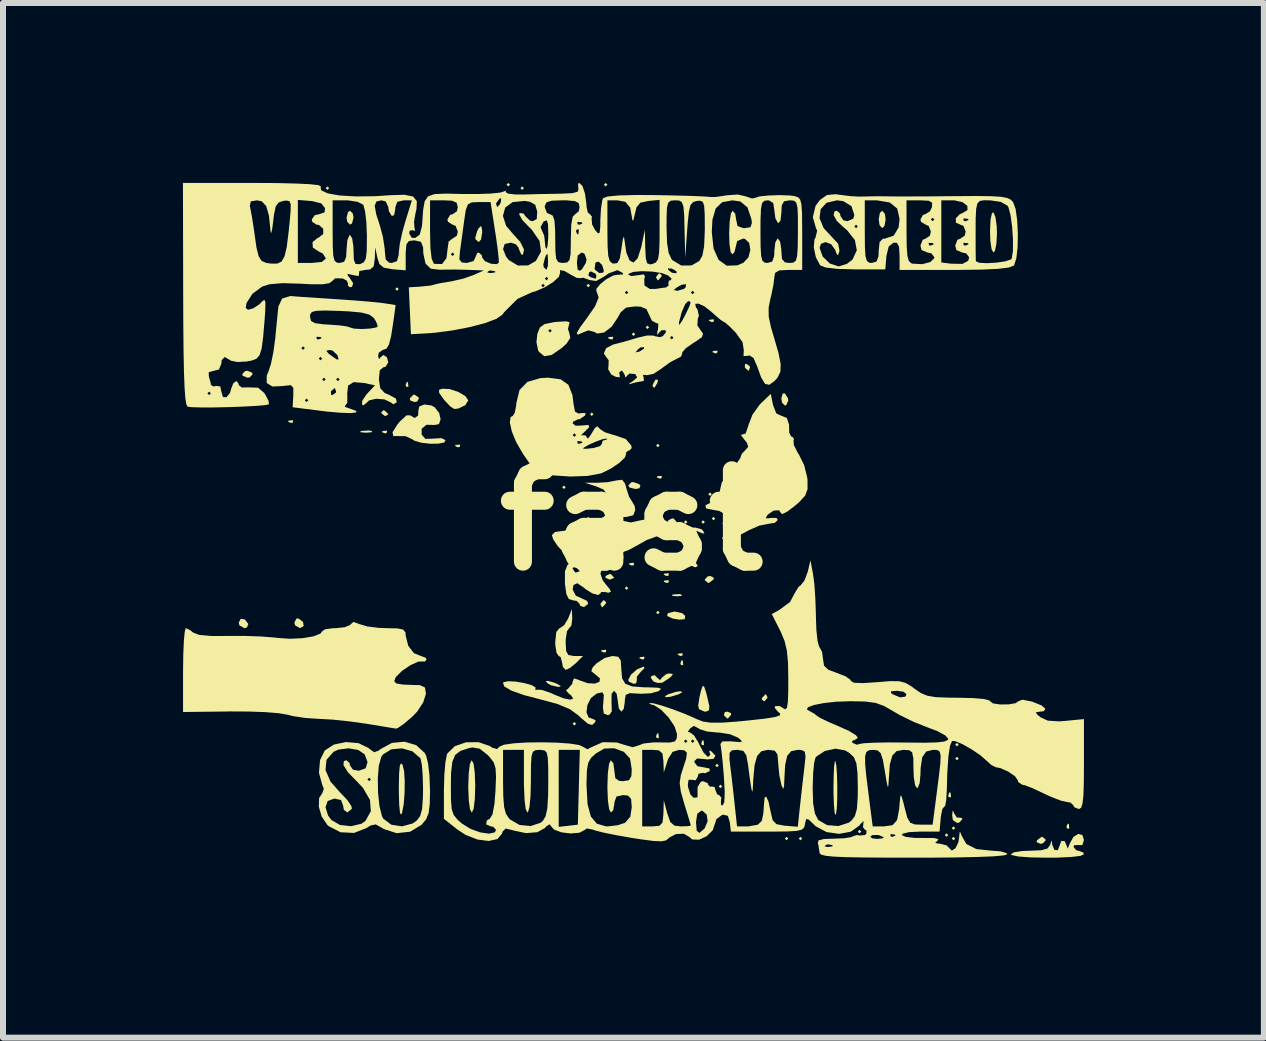
<source format=kicad_pcb>
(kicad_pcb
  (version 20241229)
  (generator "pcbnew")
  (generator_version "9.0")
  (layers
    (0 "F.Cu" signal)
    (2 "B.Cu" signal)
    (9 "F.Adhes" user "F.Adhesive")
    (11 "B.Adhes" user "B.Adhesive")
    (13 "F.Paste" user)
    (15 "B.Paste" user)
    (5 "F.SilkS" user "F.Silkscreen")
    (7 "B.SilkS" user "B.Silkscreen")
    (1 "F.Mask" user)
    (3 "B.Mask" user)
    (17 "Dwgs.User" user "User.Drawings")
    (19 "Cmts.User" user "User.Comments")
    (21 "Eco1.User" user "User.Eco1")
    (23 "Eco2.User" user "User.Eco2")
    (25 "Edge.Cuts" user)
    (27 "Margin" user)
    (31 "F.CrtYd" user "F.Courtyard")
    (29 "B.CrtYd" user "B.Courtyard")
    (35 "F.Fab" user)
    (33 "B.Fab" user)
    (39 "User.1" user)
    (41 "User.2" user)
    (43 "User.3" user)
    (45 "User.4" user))
  (footprint "fast"
    (layer "F.Cu")
    (at 7.483 5.625)
    (property "Reference" "fast" (at 0 0 0) (layer "F.SilkS") (effects (font (size 1.524 1.524) (thickness 0.3))))
    (attr board_only exclude_from_pos_files exclude_from_bom)
    (fp_poly (pts (xy -5.045 -5.538) (xy -5.074 -5.509) (xy -5.103 -5.538) (xy -5.074 -5.567)) (stroke (width 0) (type solid)) (fill yes) (layer "F.SilkS"))
    (fp_poly (pts (xy -3.885 -3.856) (xy -3.914 -3.827) (xy -3.943 -3.856) (xy -3.914 -3.885)) (stroke (width 0) (type solid)) (fill yes) (layer "F.SilkS"))
    (fp_poly (pts (xy -2.03 -5.596) (xy -2.059 -5.567) (xy -2.088 -5.596) (xy -2.059 -5.625)) (stroke (width 0) (type solid)) (fill yes) (layer "F.SilkS"))
    (fp_poly (pts (xy -1.798 -5.538) (xy -1.827 -5.509) (xy -1.856 -5.538) (xy -1.827 -5.567)) (stroke (width 0) (type solid)) (fill yes) (layer "F.SilkS"))
    (fp_poly (pts (xy -1.102 -0.551) (xy -1.131 -0.522) (xy -1.16 -0.551) (xy -1.131 -0.58)) (stroke (width 0) (type solid)) (fill yes) (layer "F.SilkS"))
    (fp_poly (pts (xy -0.928 3.392) (xy -0.957 3.421) (xy -0.986 3.392) (xy -0.957 3.363)) (stroke (width 0) (type solid)) (fill yes) (layer "F.SilkS"))
    (fp_poly (pts (xy -0.696 -3.914) (xy -0.725 -3.885) (xy -0.754 -3.914) (xy -0.725 -3.943)) (stroke (width 0) (type solid)) (fill yes) (layer "F.SilkS"))
    (fp_poly (pts (xy -0.696 -0.029) (xy -0.725 0) (xy -0.754 -0.029) (xy -0.725 -0.058)) (stroke (width 0) (type solid)) (fill yes) (layer "F.SilkS"))
    (fp_poly (pts (xy -0.638 -1.769) (xy -0.667 -1.74) (xy -0.696 -1.769) (xy -0.667 -1.798)) (stroke (width 0) (type solid)) (fill yes) (layer "F.SilkS"))
    (fp_poly (pts (xy -0.406 -5.596) (xy -0.435 -5.567) (xy -0.464 -5.596) (xy -0.435 -5.625)) (stroke (width 0) (type solid)) (fill yes) (layer "F.SilkS"))
    (fp_poly (pts (xy -0.058 1.131) (xy -0.087 1.16) (xy -0.116 1.131) (xy -0.087 1.102)) (stroke (width 0) (type solid)) (fill yes) (layer "F.SilkS"))
    (fp_poly (pts (xy 0.058 -3.103) (xy 0.029 -3.074) (xy 0 -3.103) (xy 0.029 -3.132)) (stroke (width 0) (type solid)) (fill yes) (layer "F.SilkS"))
    (fp_poly (pts (xy 0.29 -3.218) (xy 0.261 -3.189) (xy 0.232 -3.218) (xy 0.261 -3.247)) (stroke (width 0) (type solid)) (fill yes) (layer "F.SilkS"))
    (fp_poly (pts (xy 0.464 -1.247) (xy 0.435 -1.218) (xy 0.406 -1.247) (xy 0.435 -1.276)) (stroke (width 0) (type solid)) (fill yes) (layer "F.SilkS"))
    (fp_poly (pts (xy 0.464 1.537) (xy 0.435 1.566) (xy 0.406 1.537) (xy 0.435 1.508)) (stroke (width 0) (type solid)) (fill yes) (layer "F.SilkS"))
    (fp_poly (pts (xy 0.928 0.029) (xy 0.899 0.058) (xy 0.87 0.029) (xy 0.899 0)) (stroke (width 0) (type solid)) (fill yes) (layer "F.SilkS"))
    (fp_poly (pts (xy 0.928 0.551) (xy 0.899 0.58) (xy 0.87 0.551) (xy 0.899 0.522)) (stroke (width 0) (type solid)) (fill yes) (layer "F.SilkS"))
    (fp_poly (pts (xy 1.044 0.435) (xy 1.015 0.464) (xy 0.986 0.435) (xy 1.015 0.406)) (stroke (width 0) (type solid)) (fill yes) (layer "F.SilkS"))
    (fp_poly (pts (xy 1.218 0.029) (xy 1.189 0.058) (xy 1.16 0.029) (xy 1.189 0)) (stroke (width 0) (type solid)) (fill yes) (layer "F.SilkS"))
    (fp_poly (pts (xy 1.334 -0.435) (xy 1.305 -0.406) (xy 1.276 -0.435) (xy 1.305 -0.464)) (stroke (width 0) (type solid)) (fill yes) (layer "F.SilkS"))
    (fp_poly (pts (xy 1.392 -0.029) (xy 1.363 0) (xy 1.334 -0.029) (xy 1.363 -0.058)) (stroke (width 0) (type solid)) (fill yes) (layer "F.SilkS"))
    (fp_poly (pts (xy 1.45 4.088) (xy 1.421 4.117) (xy 1.392 4.088) (xy 1.421 4.059)) (stroke (width 0) (type solid)) (fill yes) (layer "F.SilkS"))
    (fp_poly (pts (xy 1.508 4.436) (xy 1.479 4.465) (xy 1.45 4.436) (xy 1.479 4.407)) (stroke (width 0) (type solid)) (fill yes) (layer "F.SilkS"))
    (fp_poly (pts (xy 2.61 5.306) (xy 2.581 5.335) (xy 2.552 5.306) (xy 2.581 5.277)) (stroke (width 0) (type solid)) (fill yes) (layer "F.SilkS"))
    (fp_poly (pts (xy 2.842 5.306) (xy 2.813 5.335) (xy 2.784 5.306) (xy 2.813 5.277)) (stroke (width 0) (type solid)) (fill yes) (layer "F.SilkS"))
    (fp_poly (pts (xy 3.827 5.19) (xy 3.798 5.219) (xy 3.769 5.19) (xy 3.798 5.161)) (stroke (width 0) (type solid)) (fill yes) (layer "F.SilkS"))
    (fp_poly (pts (xy 5.277 5.248) (xy 5.248 5.277) (xy 5.219 5.248) (xy 5.248 5.219)) (stroke (width 0) (type solid)) (fill yes) (layer "F.SilkS"))
    (fp_poly (pts (xy 5.393 5.132) (xy 5.364 5.161) (xy 5.335 5.132) (xy 5.364 5.103)) (stroke (width 0) (type solid)) (fill yes) (layer "F.SilkS"))
    (fp_poly (pts (xy 5.393 5.306) (xy 5.364 5.335) (xy 5.335 5.306) (xy 5.364 5.277)) (stroke (width 0) (type solid)) (fill yes) (layer "F.SilkS"))
    (fp_poly (pts (xy 5.451 3.74) (xy 5.422 3.769) (xy 5.393 3.74) (xy 5.422 3.711)) (stroke (width 0) (type solid)) (fill yes) (layer "F.SilkS"))
    (fp_poly (pts (xy 5.451 3.972) (xy 5.422 4.001) (xy 5.393 3.972) (xy 5.422 3.943)) (stroke (width 0) (type solid)) (fill yes) (layer "F.SilkS"))
    (fp_poly (pts (xy -5.644 -1.662) (xy -5.652 -1.628) (xy -5.683 -1.624) (xy -5.731 -1.645) (xy -5.722 -1.662) (xy -5.653 -1.669)) (stroke (width 0) (type solid)) (fill yes) (layer "F.SilkS"))
    (fp_poly (pts (xy -4.079 -1.488) (xy -4.087 -1.454) (xy -4.117 -1.45) (xy -4.165 -1.471) (xy -4.156 -1.488) (xy -4.087 -1.495)) (stroke (width 0) (type solid)) (fill yes) (layer "F.SilkS"))
    (fp_poly (pts (xy -3.731 -2.3) (xy -3.724 -2.231) (xy -3.731 -2.223) (xy -3.765 -2.231) (xy -3.769 -2.262) (xy -3.748 -2.309)) (stroke (width 0) (type solid)) (fill yes) (layer "F.SilkS"))
    (fp_poly (pts (xy -2.861 -1.256) (xy -2.869 -1.222) (xy -2.9 -1.218) (xy -2.947 -1.239) (xy -2.938 -1.256) (xy -2.869 -1.263)) (stroke (width 0) (type solid)) (fill yes) (layer "F.SilkS"))
    (fp_poly (pts (xy -0.425 2.165) (xy -0.433 2.199) (xy -0.464 2.204) (xy -0.512 2.182) (xy -0.503 2.165) (xy -0.434 2.158)) (stroke (width 0) (type solid)) (fill yes) (layer "F.SilkS"))
    (fp_poly (pts (xy -0.309 -3.054) (xy -0.317 -3.02) (xy -0.348 -3.016) (xy -0.396 -3.037) (xy -0.387 -3.054) (xy -0.318 -3.061)) (stroke (width 0) (type solid)) (fill yes) (layer "F.SilkS"))
    (fp_poly (pts (xy 0.039 0.715) (xy 0.031 0.75) (xy 0 0.754) (xy -0.048 0.733) (xy -0.039 0.715) (xy 0.03 0.708)) (stroke (width 0) (type solid)) (fill yes) (layer "F.SilkS"))
    (fp_poly (pts (xy 0.213 2.281) (xy 0.205 2.315) (xy 0.174 2.32) (xy 0.126 2.298) (xy 0.135 2.281) (xy 0.204 2.274)) (stroke (width 0) (type solid)) (fill yes) (layer "F.SilkS"))
    (fp_poly (pts (xy 0.445 3.557) (xy 0.452 3.626) (xy 0.445 3.634) (xy 0.41 3.626) (xy 0.406 3.595) (xy 0.427 3.548)) (stroke (width 0) (type solid)) (fill yes) (layer "F.SilkS"))
    (fp_poly (pts (xy 0.503 -0.735) (xy 0.495 -0.7) (xy 0.464 -0.696) (xy 0.416 -0.717) (xy 0.425 -0.735) (xy 0.494 -0.741)) (stroke (width 0) (type solid)) (fill yes) (layer "F.SilkS"))
    (fp_poly (pts (xy 0.619 0.889) (xy 0.611 0.924) (xy 0.58 0.928) (xy 0.532 0.907) (xy 0.541 0.889) (xy 0.61 0.882)) (stroke (width 0) (type solid)) (fill yes) (layer "F.SilkS"))
    (fp_poly (pts (xy 0.619 1.005) (xy 0.611 1.04) (xy 0.58 1.044) (xy 0.532 1.023) (xy 0.541 1.005) (xy 0.61 0.998)) (stroke (width 0) (type solid)) (fill yes) (layer "F.SilkS"))
    (fp_poly (pts (xy 0.826 1.237) (xy 0.834 1.259) (xy 0.754 1.267) (xy 0.672 1.258) (xy 0.681 1.237) (xy 0.8 1.23)) (stroke (width 0) (type solid)) (fill yes) (layer "F.SilkS"))
    (fp_poly (pts (xy 0.851 2.223) (xy 0.843 2.257) (xy 0.812 2.262) (xy 0.764 2.24) (xy 0.773 2.223) (xy 0.842 2.216)) (stroke (width 0) (type solid)) (fill yes) (layer "F.SilkS"))
    (fp_poly (pts (xy 0.851 2.339) (xy 0.857 2.408) (xy 0.851 2.416) (xy 0.816 2.408) (xy 0.812 2.378) (xy 0.833 2.33)) (stroke (width 0) (type solid)) (fill yes) (layer "F.SilkS"))
    (fp_poly (pts (xy 1.082 0.309) (xy 1.075 0.344) (xy 1.044 0.348) (xy 0.996 0.327) (xy 1.005 0.309) (xy 1.074 0.302)) (stroke (width 0) (type solid)) (fill yes) (layer "F.SilkS"))
    (fp_poly (pts (xy 1.198 3.673) (xy 1.205 3.742) (xy 1.198 3.75) (xy 1.164 3.742) (xy 1.16 3.711) (xy 1.181 3.664)) (stroke (width 0) (type solid)) (fill yes) (layer "F.SilkS"))
    (fp_poly (pts (xy 1.372 -3.344) (xy 1.364 -3.31) (xy 1.334 -3.305) (xy 1.286 -3.327) (xy 1.295 -3.344) (xy 1.364 -3.351)) (stroke (width 0) (type solid)) (fill yes) (layer "F.SilkS"))
    (fp_poly (pts (xy 1.43 -2.822) (xy 1.422 -2.788) (xy 1.392 -2.784) (xy 1.344 -2.805) (xy 1.353 -2.822) (xy 1.422 -2.829)) (stroke (width 0) (type solid)) (fill yes) (layer "F.SilkS"))
    (fp_poly (pts (xy 5.316 4.543) (xy 5.323 4.611) (xy 5.316 4.62) (xy 5.281 4.612) (xy 5.277 4.581) (xy 5.298 4.534)) (stroke (width 0) (type solid)) (fill yes) (layer "F.SilkS"))
    (fp_poly (pts (xy 7.288 5.065) (xy 7.294 5.133) (xy 7.288 5.142) (xy 7.253 5.134) (xy 7.249 5.103) (xy 7.27 5.055)) (stroke (width 0) (type solid)) (fill yes) (layer "F.SilkS"))
    (fp_poly (pts (xy -6.45 1.653) (xy -6.392 1.729) (xy -6.418 1.788) (xy -6.461 1.798) (xy -6.541 1.751) (xy -6.553 1.706) (xy -6.519 1.642)) (stroke (width 0) (type solid)) (fill yes) (layer "F.SilkS"))
    (fp_poly (pts (xy -5.48 1.695) (xy -5.47 1.764) (xy -5.533 1.798) (xy -5.613 1.751) (xy -5.625 1.706) (xy -5.591 1.638) (xy -5.556 1.637)) (stroke (width 0) (type solid)) (fill yes) (layer "F.SilkS"))
    (fp_poly (pts (xy -0.344 0.901) (xy -0.293 0.957) (xy -0.351 0.985) (xy -0.38 0.986) (xy -0.44 0.957) (xy -0.434 0.927) (xy -0.365 0.893)) (stroke (width 0) (type solid)) (fill yes) (layer "F.SilkS"))
    (fp_poly (pts (xy 0.438 -2.339) (xy 0.428 -2.294) (xy 0.381 -2.212) (xy 0.351 -2.226) (xy 0.348 -2.258) (xy 0.39 -2.337) (xy 0.405 -2.348)) (stroke (width 0) (type solid)) (fill yes) (layer "F.SilkS"))
    (fp_poly (pts (xy 0.7 -0.027) (xy 0.751 0.029) (xy 0.693 0.057) (xy 0.663 0.058) (xy 0.604 0.029) (xy 0.609 -0.001) (xy 0.679 -0.034)) (stroke (width 0) (type solid)) (fill yes) (layer "F.SilkS"))
    (fp_poly (pts (xy 1.055 0.684) (xy 1.101 0.762) (xy 1.057 0.784) (xy 0.986 0.754) (xy 0.935 0.69) (xy 0.945 0.659) (xy 1.016 0.656)) (stroke (width 0) (type solid)) (fill yes) (layer "F.SilkS"))
    (fp_poly (pts (xy -6.331 -2.462) (xy -6.321 -2.436) (xy -6.368 -2.384) (xy -6.408 -2.378) (xy -6.485 -2.409) (xy -6.495 -2.436) (xy -6.448 -2.487) (xy -6.408 -2.494)) (stroke (width 0) (type solid)) (fill yes) (layer "F.SilkS"))
    (fp_poly (pts (xy -4.65 -5.113) (xy -4.639 -5.045) (xy -4.664 -4.951) (xy -4.697 -4.929) (xy -4.744 -4.978) (xy -4.755 -5.045) (xy -4.731 -5.139) (xy -4.697 -5.161)) (stroke (width 0) (type solid)) (fill yes) (layer "F.SilkS"))
    (fp_poly (pts (xy -4.334 -1.488) (xy -4.332 -1.469) (xy -4.423 -1.461) (xy -4.436 -1.461) (xy -4.526 -1.469) (xy -4.518 -1.487) (xy -4.508 -1.49) (xy -4.381 -1.498)) (stroke (width 0) (type solid)) (fill yes) (layer "F.SilkS"))
    (fp_poly (pts (xy -4.117 -1.827) (xy -4.062 -1.775) (xy -4.059 -1.765) (xy -4.104 -1.74) (xy -4.117 -1.74) (xy -4.173 -1.784) (xy -4.175 -1.801) (xy -4.14 -1.836)) (stroke (width 0) (type solid)) (fill yes) (layer "F.SilkS"))
    (fp_poly (pts (xy -3.556 -2.051) (xy -3.549 -2.034) (xy -3.577 -1.981) (xy -3.624 -1.972) (xy -3.697 -2.001) (xy -3.7 -2.034) (xy -3.64 -2.094) (xy -3.624 -2.096)) (stroke (width 0) (type solid)) (fill yes) (layer "F.SilkS"))
    (fp_poly (pts (xy -1.287 2.709) (xy -1.247 2.726) (xy -1.181 2.765) (xy -1.218 2.779) (xy -1.342 2.751) (xy -1.392 2.726) (xy -1.437 2.682) (xy -1.395 2.677)) (stroke (width 0) (type solid)) (fill yes) (layer "F.SilkS"))
    (fp_poly (pts (xy -0.426 1.369) (xy -0.435 1.392) (xy -0.487 1.447) (xy -0.496 1.45) (xy -0.521 1.405) (xy -0.522 1.392) (xy -0.477 1.336) (xy -0.461 1.334)) (stroke (width 0) (type solid)) (fill yes) (layer "F.SilkS"))
    (fp_poly (pts (xy 0.124 -0.603) (xy 0.145 -0.58) (xy 0.127 -0.534) (xy 0.061 -0.522) (xy -0.035 -0.546) (xy -0.058 -0.58) (xy -0.011 -0.632) (xy 0.026 -0.638)) (stroke (width 0) (type solid)) (fill yes) (layer "F.SilkS"))
    (fp_poly (pts (xy 0.502 -4.082) (xy 0.493 -4.059) (xy 0.441 -4.004) (xy 0.432 -4.001) (xy 0.407 -4.046) (xy 0.406 -4.059) (xy 0.451 -4.115) (xy 0.467 -4.117)) (stroke (width 0) (type solid)) (fill yes) (layer "F.SilkS"))
    (fp_poly (pts (xy 0.844 2.865) (xy 0.783 2.9) (xy 0.648 2.941) (xy 0.58 2.949) (xy 0.548 2.935) (xy 0.609 2.9) (xy 0.744 2.858) (xy 0.812 2.85)) (stroke (width 0) (type solid)) (fill yes) (layer "F.SilkS"))
    (fp_poly (pts (xy 1.16 0.147) (xy 1.189 0.174) (xy 1.212 0.219) (xy 1.178 0.217) (xy 1.073 0.174) (xy 1 0.136) (xy 1.033 0.121) (xy 1.055 0.12)) (stroke (width 0) (type solid)) (fill yes) (layer "F.SilkS"))
    (fp_poly (pts (xy 1.368 0.956) (xy 1.363 0.986) (xy 1.289 1.042) (xy 1.272 1.044) (xy 1.219 1) (xy 1.218 0.986) (xy 1.265 0.935) (xy 1.308 0.928)) (stroke (width 0) (type solid)) (fill yes) (layer "F.SilkS"))
    (fp_poly (pts (xy 1.657 3.217) (xy 1.653 3.247) (xy 1.603 3.303) (xy 1.595 3.305) (xy 1.549 3.265) (xy 1.537 3.247) (xy 1.551 3.198) (xy 1.595 3.189)) (stroke (width 0) (type solid)) (fill yes) (layer "F.SilkS"))
    (fp_poly (pts (xy 1.969 -2.567) (xy 1.972 -2.552) (xy 1.952 -2.495) (xy 1.946 -2.494) (xy 1.897 -2.534) (xy 1.885 -2.552) (xy 1.889 -2.605) (xy 1.91 -2.61)) (stroke (width 0) (type solid)) (fill yes) (layer "F.SilkS"))
    (fp_poly (pts (xy 2.261 2.944) (xy 2.262 2.958) (xy 2.217 3.013) (xy 2.2 3.016) (xy 2.166 2.98) (xy 2.175 2.958) (xy 2.227 2.902) (xy 2.236 2.9)) (stroke (width 0) (type solid)) (fill yes) (layer "F.SilkS"))
    (fp_poly (pts (xy 2.605 -2.033) (xy 2.61 -1.997) (xy 2.577 -1.922) (xy 2.552 -1.914) (xy 2.505 -1.962) (xy 2.494 -2.033) (xy 2.516 -2.113) (xy 2.552 -2.117)) (stroke (width 0) (type solid)) (fill yes) (layer "F.SilkS"))
    (fp_poly (pts (xy 4.219 -5.112) (xy 4.233 -5.016) (xy 4.213 -4.907) (xy 4.175 -4.871) (xy 4.132 -4.921) (xy 4.117 -5.016) (xy 4.137 -5.125) (xy 4.175 -5.161)) (stroke (width 0) (type solid)) (fill yes) (layer "F.SilkS"))
    (fp_poly (pts (xy 6.899 5.321) (xy 6.901 5.335) (xy 6.854 5.386) (xy 6.811 5.393) (xy 6.75 5.365) (xy 6.756 5.335) (xy 6.83 5.279) (xy 6.846 5.277)) (stroke (width 0) (type solid)) (fill yes) (layer "F.SilkS"))
    (fp_poly (pts (xy -2.496 -4.849) (xy -2.494 -4.799) (xy -2.512 -4.683) (xy -2.552 -4.639) (xy -2.605 -4.685) (xy -2.609 -4.712) (xy -2.578 -4.821) (xy -2.552 -4.871) (xy -2.511 -4.91)) (stroke (width 0) (type solid)) (fill yes) (layer "F.SilkS"))
    (fp_poly (pts (xy 0.84 1.548) (xy 0.89 1.592) (xy 0.884 1.648) (xy 0.793 1.656) (xy 0.681 1.637) (xy 0.59 1.595) (xy 0.601 1.548) (xy 0.705 1.523) (xy 0.721 1.522)) (stroke (width 0) (type solid)) (fill yes) (layer "F.SilkS"))
    (fp_poly (pts (xy 5.37 4.868) (xy 5.375 4.886) (xy 5.421 4.956) (xy 5.456 4.956) (xy 5.506 4.964) (xy 5.509 4.984) (xy 5.462 5.038) (xy 5.422 5.045) (xy 5.353 4.997) (xy 5.342 4.915) (xy 5.352 4.836)) (stroke (width 0) (type solid)) (fill yes) (layer "F.SilkS"))
    (fp_poly (pts (xy 0.21 2.467) (xy 0.154 2.521) (xy 0.085 2.606) (xy 0.085 2.664) (xy 0.074 2.717) (xy 0.032 2.726) (xy -0.047 2.691) (xy -0.058 2.659) (xy -0.013 2.573) (xy 0.088 2.485) (xy 0.194 2.44) (xy 0.203 2.439)) (stroke (width 0) (type solid)) (fill yes) (layer "F.SilkS"))
    (fp_poly (pts (xy 1.206 2.769) (xy 1.24 2.871) (xy 1.258 2.943) (xy 1.293 3.096) (xy 1.288 3.168) (xy 1.238 3.189) (xy 1.212 3.189) (xy 1.121 3.148) (xy 1.108 3.088) (xy 1.128 2.953) (xy 1.154 2.842) (xy 1.182 2.763)) (stroke (width 0) (type solid)) (fill yes) (layer "F.SilkS"))
    (fp_poly (pts (xy 6.063 -5.059) (xy 6.084 -4.908) (xy 6.089 -4.781) (xy 6.079 -4.607) (xy 6.055 -4.493) (xy 6.031 -4.465) (xy 6 -4.518) (xy 5.979 -4.657) (xy 5.973 -4.817) (xy 5.982 -5.017) (xy 6.006 -5.122) (xy 6.031 -5.132)) (stroke (width 0) (type solid)) (fill yes) (layer "F.SilkS"))
    (fp_poly (pts (xy -3.034 -2.188) (xy -2.889 -2.139) (xy -2.772 -2.069) (xy -2.726 -2) (xy -2.775 -1.919) (xy -2.891 -1.864) (xy -2.958 -1.856) (xy -3.024 -1.897) (xy -3.119 -1.998) (xy -3.133 -2.015) (xy -3.21 -2.123) (xy -3.215 -2.174) (xy -3.161 -2.194)) (stroke (width 0) (type solid)) (fill yes) (layer "F.SilkS"))
    (fp_poly (pts (xy -3.822 4.075) (xy -3.796 4.18) (xy -3.785 4.353) (xy -3.788 4.553) (xy -3.803 4.74) (xy -3.829 4.874) (xy -3.847 4.91) (xy -3.864 4.875) (xy -3.877 4.748) (xy -3.883 4.552) (xy -3.884 4.46) (xy -3.879 4.223) (xy -3.867 4.09) (xy -3.845 4.051)) (stroke (width 0) (type solid)) (fill yes) (layer "F.SilkS"))
    (fp_poly (pts (xy 0.687 2.564) (xy 0.654 2.608) (xy 0.612 2.64) (xy 0.51 2.707) (xy 0.431 2.712) (xy 0.362 2.687) (xy 0.317 2.627) (xy 0.326 2.598) (xy 0.382 2.581) (xy 0.418 2.618) (xy 0.471 2.665) (xy 0.502 2.624) (xy 0.578 2.562) (xy 0.628 2.553)) (stroke (width 0) (type solid)) (fill yes) (layer "F.SilkS"))
    (fp_poly (pts (xy 3.41 4.083) (xy 3.421 4.234) (xy 3.427 4.428) (xy 3.426 4.627) (xy 3.419 4.797) (xy 3.405 4.9) (xy 3.399 4.913) (xy 3.383 4.876) (xy 3.371 4.748) (xy 3.364 4.553) (xy 3.363 4.465) (xy 3.367 4.249) (xy 3.375 4.091) (xy 3.387 4.014) (xy 3.393 4.011)) (stroke (width 0) (type solid)) (fill yes) (layer "F.SilkS"))
    (fp_poly (pts (xy -2.638 4.055) (xy -2.618 4.201) (xy -2.61 4.416) (xy -2.61 4.436) (xy -2.617 4.655) (xy -2.636 4.808) (xy -2.665 4.871) (xy -2.668 4.871) (xy -2.697 4.817) (xy -2.717 4.671) (xy -2.726 4.457) (xy -2.726 4.436) (xy -2.718 4.217) (xy -2.699 4.064) (xy -2.67 4.002) (xy -2.668 4.001)) (stroke (width 0) (type solid)) (fill yes) (layer "F.SilkS"))
    (fp_poly (pts (xy -1.034 -3.302) (xy -1.041 -3.285) (xy -1.064 -3.187) (xy -1.042 -3.127) (xy -1.025 -3.041) (xy -1.087 -2.946) (xy -1.165 -2.875) (xy -1.335 -2.757) (xy -1.458 -2.736) (xy -1.548 -2.81) (xy -1.561 -2.833) (xy -1.589 -2.97) (xy -1.574 -3.108) (xy -1.553 -3.161) (xy -1.392 -3.161) (xy -1.363 -3.132) (xy -1.334 -3.161) (xy -1.363 -3.189) (xy -1.392 -3.161) (xy -1.553 -3.161) (xy -1.532 -3.214) (xy -1.455 -3.271) (xy -1.306 -3.302) (xy -1.258 -3.308) (xy -1.096 -3.318)) (stroke (width 0) (type solid)) (fill yes) (layer "F.SilkS"))
    (fp_poly (pts (xy -0.992 1.638) (xy -1.006 1.754) (xy -1.044 1.798) (xy -1.08 1.849) (xy -1.1 1.978) (xy -1.102 2.03) (xy -1.094 2.179) (xy -1.057 2.246) (xy -0.969 2.262) (xy -0.957 2.262) (xy -0.812 2.262) (xy -0.928 2.378) (xy -1.032 2.463) (xy -1.102 2.494) (xy -1.149 2.445) (xy -1.16 2.378) (xy -1.184 2.283) (xy -1.218 2.262) (xy -1.254 2.21) (xy -1.274 2.082) (xy -1.276 2.03) (xy -1.258 1.861) (xy -1.205 1.798) (xy -1.2 1.798) (xy -1.127 1.749) (xy -1.061 1.638) (xy -0.998 1.479)) (stroke (width 0) (type solid)) (fill yes) (layer "F.SilkS"))
    (fp_poly (pts (xy -3.344 -1.916) (xy -3.286 -1.885) (xy -3.211 -1.791) (xy -3.187 -1.685) (xy -3.214 -1.604) (xy -3.29 -1.589) (xy -3.291 -1.59) (xy -3.423 -1.593) (xy -3.503 -1.527) (xy -3.503 -1.428) (xy -3.441 -1.358) (xy -3.315 -1.361) (xy -3.304 -1.363) (xy -3.173 -1.37) (xy -3.105 -1.337) (xy -3.125 -1.298) (xy -3.223 -1.278) (xy -3.364 -1.277) (xy -3.51 -1.294) (xy -3.625 -1.328) (xy -3.663 -1.353) (xy -3.772 -1.403) (xy -3.868 -1.404) (xy -3.975 -1.405) (xy -3.989 -1.468) (xy -3.909 -1.595) (xy -3.864 -1.65) (xy -3.755 -1.75) (xy -3.689 -1.75) (xy -3.686 -1.745) (xy -3.62 -1.706) (xy -3.562 -1.746) (xy -3.558 -1.827) (xy -3.543 -1.898) (xy -3.458 -1.931)) (stroke (width 0) (type solid)) (fill yes) (layer "F.SilkS"))
    (fp_poly (pts (xy 7.514 5.248) (xy 7.539 5.329) (xy 7.512 5.415) (xy 7.452 5.414) (xy 7.377 5.417) (xy 7.365 5.445) (xy 7.412 5.502) (xy 7.452 5.509) (xy 7.529 5.54) (xy 7.539 5.567) (xy 7.484 5.594) (xy 7.328 5.613) (xy 7.088 5.624) (xy 6.93 5.625) (xy 6.651 5.62) (xy 6.448 5.605) (xy 6.337 5.582) (xy 6.321 5.567) (xy 6.373 5.535) (xy 6.508 5.514) (xy 6.636 5.509) (xy 6.827 5.501) (xy 6.931 5.472) (xy 6.975 5.414) (xy 6.977 5.408) (xy 6.999 5.336) (xy 7.008 5.377) (xy 7.01 5.408) (xy 7.045 5.493) (xy 7.102 5.501) (xy 7.133 5.426) (xy 7.133 5.422) (xy 7.162 5.344) (xy 7.219 5.35) (xy 7.254 5.432) (xy 7.255 5.437) (xy 7.269 5.474) (xy 7.299 5.4) (xy 7.301 5.393) (xy 7.362 5.28) (xy 7.444 5.228)) (stroke (width 0) (type solid)) (fill yes) (layer "F.SilkS"))
    (fp_poly (pts (xy -4.539 1.731) (xy -4.412 1.769) (xy -4.221 1.793) (xy -4.092 1.798) (xy -3.907 1.802) (xy -3.811 1.822) (xy -3.773 1.87) (xy -3.768 1.928) (xy -3.727 2.092) (xy -3.631 2.216) (xy -3.517 2.262) (xy -3.434 2.292) (xy -3.421 2.323) (xy -3.456 2.359) (xy -3.474 2.352) (xy -3.561 2.356) (xy -3.692 2.416) (xy -3.828 2.508) (xy -3.929 2.609) (xy -3.937 2.621) (xy -3.961 2.681) (xy -3.928 2.719) (xy -3.82 2.738) (xy -3.62 2.746) (xy -3.533 2.747) (xy -3.448 2.788) (xy -3.431 2.892) (xy -3.477 3.035) (xy -3.578 3.19) (xy -3.663 3.278) (xy -3.797 3.391) (xy -3.898 3.461) (xy -3.929 3.473) (xy -4.003 3.461) (xy -4.161 3.435) (xy -4.373 3.4) (xy -4.436 3.39) (xy -4.709 3.352) (xy -4.986 3.323) (xy -5.211 3.31) (xy -5.22 3.31) (xy -5.444 3.295) (xy -5.657 3.263) (xy -5.741 3.241) (xy -5.88 3.217) (xy -6.106 3.198) (xy -6.391 3.188) (xy -6.708 3.186) (xy -6.712 3.187) (xy -7.481 3.196) (xy -7.481 2.497) (xy -7.477 2.228) (xy -7.467 2.006) (xy -7.453 1.856) (xy -7.435 1.798) (xy -7.434 1.798) (xy -7.358 1.834) (xy -7.316 1.87) (xy -7.214 1.91) (xy -7.007 1.929) (xy -6.739 1.928) (xy -6.458 1.927) (xy -6.176 1.937) (xy -5.947 1.955) (xy -5.915 1.96) (xy -5.701 1.975) (xy -5.488 1.965) (xy -5.308 1.935) (xy -5.19 1.889) (xy -5.161 1.849) (xy -5.11 1.816) (xy -4.982 1.799) (xy -4.934 1.798) (xy -4.784 1.782) (xy -4.694 1.744) (xy -4.685 1.731) (xy -4.64 1.694)) (stroke (width 0) (type solid)) (fill yes) (layer "F.SilkS"))
    (fp_poly (pts (xy 2.355 -1.924) (xy 2.41 -1.782) (xy 2.501 -1.74) (xy 2.586 -1.706) (xy 2.623 -1.594) (xy 2.625 -1.464) (xy 2.657 -1.397) (xy 2.677 -1.392) (xy 2.706 -1.356) (xy 2.696 -1.333) (xy 2.703 -1.253) (xy 2.767 -1.127) (xy 2.787 -1.097) (xy 2.875 -0.917) (xy 2.927 -0.707) (xy 2.93 -0.675) (xy 2.931 -0.52) (xy 2.891 -0.411) (xy 2.789 -0.301) (xy 2.72 -0.242) (xy 2.594 -0.146) (xy 2.511 -0.104) (xy 2.494 -0.113) (xy 2.454 -0.168) (xy 2.364 -0.161) (xy 2.27 -0.097) (xy 2.265 -0.092) (xy 2.231 -0.034) (xy 2.29 -0.034) (xy 2.316 -0.04) (xy 2.412 -0.04) (xy 2.436 -0.007) (xy 2.386 0.041) (xy 2.283 0.058) (xy 2.128 0.088) (xy 1.959 0.162) (xy 1.95 0.167) (xy 1.761 0.268) (xy 1.61 0.322) (xy 1.522 0.322) (xy 1.508 0.297) (xy 1.55 0.216) (xy 1.572 0.199) (xy 1.599 0.145) (xy 1.557 0.104) (xy 1.509 0.052) (xy 1.554 0.019) (xy 1.595 -0.034) (xy 1.555 -0.101) (xy 1.459 -0.156) (xy 1.356 -0.174) (xy 1.241 -0.198) (xy 1.228 -0.25) (xy 1.318 -0.295) (xy 1.348 -0.3) (xy 1.446 -0.342) (xy 1.465 -0.45) (xy 1.464 -0.467) (xy 1.499 -0.627) (xy 1.637 -0.819) (xy 1.644 -0.828) (xy 1.752 -0.953) (xy 1.812 -1.041) (xy 1.817 -1.063) (xy 1.837 -1.112) (xy 1.885 -1.16) (xy 1.941 -1.225) (xy 1.919 -1.295) (xy 1.872 -1.352) (xy 1.819 -1.423) (xy 1.838 -1.429) (xy 1.838 -1.429) (xy 1.899 -1.447) (xy 1.944 -1.579) (xy 1.945 -1.587) (xy 2.013 -1.762) (xy 2.132 -1.928) (xy 2.15 -1.947) (xy 2.318 -2.108)) (stroke (width 0) (type solid)) (fill yes) (layer "F.SilkS"))
    (fp_poly (pts (xy -0.225 2.275) (xy -0.183 2.336) (xy -0.174 2.479) (xy -0.174 2.487) (xy -0.161 2.636) (xy -0.107 2.725) (xy 0.01 2.77) (xy 0.215 2.785) (xy 0.28 2.785) (xy 0.435 2.791) (xy 0.489 2.808) (xy 0.455 2.843) (xy 0.445 2.849) (xy 0.318 2.884) (xy 0.144 2.892) (xy 0.111 2.889) (xy -0.035 2.882) (xy -0.1 2.91) (xy -0.116 2.996) (xy -0.116 3.028) (xy -0.134 3.145) (xy -0.174 3.189) (xy -0.215 3.139) (xy -0.232 3.018) (xy -0.232 3.016) (xy -0.251 2.893) (xy -0.295 2.842) (xy -0.296 2.842) (xy -0.336 2.893) (xy -0.338 3.033) (xy -0.337 3.045) (xy -0.333 3.186) (xy -0.372 3.242) (xy -0.406 3.247) (xy -0.467 3.22) (xy -0.481 3.121) (xy -0.475 3.044) (xy -0.465 2.911) (xy -0.492 2.867) (xy -0.575 2.886) (xy -0.588 2.891) (xy -0.682 2.965) (xy -0.74 3.081) (xy -0.755 3.201) (xy -0.72 3.287) (xy -0.667 3.305) (xy -0.604 3.333) (xy -0.609 3.363) (xy -0.659 3.412) (xy -0.73 3.392) (xy -0.844 3.297) (xy -0.888 3.254) (xy -1.033 3.148) (xy -1.241 3.061) (xy -1.51 2.989) (xy -1.797 2.914) (xy -2.007 2.839) (xy -2.127 2.768) (xy -2.146 2.708) (xy -2.141 2.701) (xy -2.066 2.683) (xy -1.936 2.689) (xy -1.789 2.714) (xy -1.666 2.749) (xy -1.604 2.787) (xy -1.605 2.8) (xy -1.606 2.834) (xy -1.584 2.824) (xy -1.502 2.827) (xy -1.361 2.874) (xy -1.283 2.909) (xy -1.134 2.969) (xy -1.024 2.99) (xy -0.976 2.973) (xy -1.01 2.919) (xy -1.046 2.892) (xy -1.097 2.836) (xy -1.058 2.803) (xy -0.992 2.727) (xy -0.986 2.69) (xy -0.963 2.636) (xy -0.879 2.663) (xy -0.874 2.666) (xy -0.733 2.716) (xy -0.614 2.722) (xy -0.538 2.692) (xy -0.531 2.635) (xy -0.616 2.563) (xy -0.617 2.562) (xy -0.674 2.516) (xy -0.654 2.456) (xy -0.588 2.385) (xy -0.449 2.294) (xy -0.319 2.262)) (stroke (width 0) (type solid)) (fill yes) (layer "F.SilkS"))
    (fp_poly (pts (xy -1.187 -2.351) (xy -1.057 -2.261) (xy -0.989 -2.088) (xy -0.97 -1.937) (xy -0.947 -1.814) (xy -0.89 -1.78) (xy -0.846 -1.787) (xy -0.77 -1.789) (xy -0.777 -1.749) (xy -0.867 -1.687) (xy -0.902 -1.682) (xy -0.977 -1.646) (xy -0.986 -1.617) (xy -0.937 -1.577) (xy -0.841 -1.58) (xy -0.722 -1.59) (xy -0.709 -1.553) (xy -0.797 -1.466) (xy -0.849 -1.417) (xy -0.826 -1.42) (xy -0.762 -1.412) (xy -0.752 -1.381) (xy -0.729 -1.363) (xy -0.686 -1.421) (xy -0.615 -1.538) (xy -0.572 -1.568) (xy -0.534 -1.527) (xy -0.532 -1.524) (xy -0.45 -1.469) (xy -0.308 -1.424) (xy -0.29 -1.421) (xy -0.099 -1.355) (xy -0.008 -1.247) (xy -0.001 -1.203) (xy -0.045 -1.161) (xy -0.061 -1.16) (xy -0.099 -1.127) (xy -0.093 -1.111) (xy -0.114 -1.047) (xy -0.209 -0.957) (xy -0.347 -0.863) (xy -0.498 -0.789) (xy -0.523 -0.78) (xy -0.737 -0.74) (xy -1.024 -0.73) (xy -1.342 -0.751) (xy -1.363 -0.754) (xy -1.499 -0.782) (xy -1.604 -0.842) (xy -1.709 -0.958) (xy -1.81 -1.102) (xy -1.864 -1.195) (xy -0.812 -1.195) (xy -0.762 -1.192) (xy -0.642 -1.205) (xy -0.638 -1.205) (xy -0.527 -1.237) (xy -0.496 -1.28) (xy -0.497 -1.282) (xy -0.484 -1.329) (xy -0.458 -1.334) (xy -0.41 -1.351) (xy -0.416 -1.363) (xy -0.476 -1.356) (xy -0.592 -1.315) (xy -0.716 -1.26) (xy -0.8 -1.211) (xy -0.812 -1.195) (xy -1.864 -1.195) (xy -1.922 -1.295) (xy -1.931 -1.314) (xy -0.909 -1.314) (xy -0.901 -1.28) (xy -0.87 -1.276) (xy -0.822 -1.297) (xy -0.831 -1.314) (xy -0.9 -1.321) (xy -0.909 -1.314) (xy -1.931 -1.314) (xy -1.975 -1.421) (xy -0.986 -1.421) (xy -0.957 -1.392) (xy -0.928 -1.421) (xy -0.957 -1.45) (xy -0.986 -1.421) (xy -1.975 -1.421) (xy -1.999 -1.479) (xy -2.033 -1.631) (xy -2.019 -1.723) (xy -1.984 -1.74) (xy -1.951 -1.791) (xy -1.927 -1.918) (xy -1.924 -1.957) (xy -1.872 -2.171) (xy -1.74 -2.308) (xy -1.522 -2.371) (xy -1.395 -2.378)) (stroke (width 0) (type solid)) (fill yes) (layer "F.SilkS"))
    (fp_poly (pts (xy -0.111 -0.612) (xy -0.088 -0.528) (xy -0.045 -0.393) (xy 0.004 -0.316) (xy 0.004 -0.316) (xy 0.049 -0.237) (xy 0.058 -0.171) (xy 0.025 -0.084) (xy -0.09 -0.056) (xy -0.101 -0.056) (xy -0.205 -0.049) (xy -0.204 -0.024) (xy -0.158 0.006) (xy -0.015 0.036) (xy 0.138 0.002) (xy 0.297 -0.031) (xy 0.423 -0.025) (xy 0.429 -0.023) (xy 0.503 0.053) (xy 0.503 0.162) (xy 0.439 0.255) (xy 0.377 0.282) (xy 0.244 0.331) (xy 0.116 0.404) (xy -0.049 0.494) (xy -0.188 0.544) (xy -0.304 0.596) (xy -0.348 0.662) (xy -0.395 0.75) (xy -0.435 0.775) (xy -0.512 0.85) (xy -0.522 0.893) (xy -0.484 1.001) (xy -0.435 1.065) (xy -0.364 1.152) (xy -0.348 1.191) (xy -0.391 1.208) (xy -0.435 1.197) (xy -0.51 1.195) (xy -0.522 1.218) (xy -0.562 1.246) (xy -0.657 1.218) (xy -0.767 1.15) (xy -0.802 1.12) (xy -0.908 1.049) (xy -0.973 1.08) (xy -0.986 1.154) (xy -0.933 1.256) (xy -0.838 1.3) (xy -0.742 1.345) (xy -0.726 1.393) (xy -0.796 1.446) (xy -0.859 1.428) (xy -0.87 1.392) (xy -0.918 1.344) (xy -0.98 1.334) (xy -1.05 1.312) (xy -1.091 1.228) (xy -1.114 1.058) (xy -1.114 0.849) (xy -1.097 0.808) (xy -0.986 0.808) (xy -0.944 0.868) (xy -0.928 0.87) (xy -0.871 0.85) (xy -0.87 0.844) (xy -0.91 0.795) (xy -0.928 0.783) (xy -0.981 0.787) (xy -0.986 0.808) (xy -1.097 0.808) (xy -1.071 0.743) (xy -1.062 0.737) (xy -0.994 0.663) (xy -1.001 0.597) (xy -1.049 0.58) (xy -1.134 0.536) (xy -1.233 0.432) (xy -1.311 0.315) (xy -1.332 0.246) (xy -1.28 0.195) (xy -1.129 0.174) (xy -1.109 0.174) (xy -0.848 0.16) (xy -0.652 0.121) (xy -0.54 0.062) (xy -0.522 0.022) (xy -0.488 -0.051) (xy -0.464 -0.058) (xy -0.427 -0.109) (xy -0.407 -0.237) (xy -0.406 -0.282) (xy -0.417 -0.433) (xy -0.47 -0.513) (xy -0.594 -0.566) (xy -0.783 -0.627) (xy -0.58 -0.626) (xy -0.402 -0.636) (xy -0.254 -0.665) (xy -0.252 -0.665) (xy -0.161 -0.676)) (stroke (width 0) (type solid)) (fill yes) (layer "F.SilkS"))
    (fp_poly (pts (xy -3.595 3.748) (xy -3.453 3.877) (xy -3.429 3.92) (xy -3.397 4.049) (xy -3.373 4.251) (xy -3.364 4.485) (xy -3.363 4.5) (xy -3.368 4.732) (xy -3.387 4.882) (xy -3.428 4.984) (xy -3.501 5.072) (xy -3.506 5.077) (xy -3.696 5.192) (xy -3.92 5.216) (xy -4.134 5.147) (xy -4.162 5.129) (xy -4.269 5.07) (xy -4.358 5.089) (xy -4.42 5.129) (xy -4.63 5.212) (xy -4.855 5.201) (xy -5.053 5.099) (xy -5.077 5.077) (xy -5.17 4.938) (xy -5.215 4.784) (xy -5.106 4.784) (xy -5.064 4.92) (xy -5.007 4.997) (xy -4.866 5.079) (xy -4.681 5.1) (xy -4.507 5.059) (xy -4.44 5.012) (xy -4.35 4.85) (xy -4.365 4.661) (xy -4.482 4.46) (xy -4.581 4.356) (xy -4.616 4.32) (xy -4.407 4.32) (xy -4.378 4.349) (xy -4.349 4.32) (xy -4.368 4.302) (xy -4.234 4.302) (xy -4.23 4.54) (xy -4.207 4.764) (xy -4.165 4.931) (xy -4.143 4.974) (xy -4.009 5.075) (xy -3.83 5.102) (xy -3.652 5.054) (xy -3.586 5.007) (xy -3.528 4.931) (xy -3.496 4.814) (xy -3.482 4.626) (xy -3.48 4.471) (xy -3.486 4.25) (xy -3.5 4.073) (xy -3.521 3.973) (xy -3.524 3.967) (xy -3.657 3.851) (xy -3.832 3.802) (xy -4.008 3.818) (xy -4.146 3.902) (xy -4.177 3.946) (xy -4.217 4.09) (xy -4.234 4.302) (xy -4.368 4.302) (xy -4.378 4.291) (xy -4.407 4.32) (xy -4.616 4.32) (xy -4.732 4.2) (xy -4.807 4.081) (xy -4.8 4.013) (xy -4.755 4.001) (xy -4.704 4.048) (xy -4.697 4.088) (xy -4.647 4.158) (xy -4.552 4.175) (xy -4.437 4.135) (xy -4.405 4.03) (xy -4.453 3.903) (xy -4.559 3.829) (xy -4.723 3.801) (xy -4.893 3.823) (xy -4.971 3.859) (xy -5.09 3.994) (xy -5.106 4.165) (xy -5.022 4.357) (xy -4.866 4.534) (xy -4.743 4.663) (xy -4.673 4.767) (xy -4.667 4.811) (xy -4.741 4.87) (xy -4.8 4.828) (xy -4.813 4.755) (xy -4.847 4.664) (xy -4.958 4.639) (xy -5.07 4.68) (xy -5.106 4.784) (xy -5.215 4.784) (xy -5.217 4.775) (xy -5.213 4.631) (xy -5.161 4.552) (xy -5.134 4.475) (xy -5.161 4.408) (xy -5.215 4.21) (xy -5.197 3.998) (xy -5.118 3.837) (xy -4.967 3.739) (xy -4.764 3.697) (xy -4.556 3.715) (xy -4.392 3.794) (xy -4.38 3.805) (xy -4.296 3.867) (xy -4.218 3.839) (xy -4.187 3.813) (xy -3.998 3.711) (xy -3.788 3.691)) (stroke (width 0) (type solid)) (fill yes) (layer "F.SilkS"))
    (fp_poly (pts (xy -5.671 -3.738) (xy -5.559 -3.729) (xy -5.362 -3.716) (xy -5.112 -3.699) (xy -4.929 -3.687) (xy -4.653 -3.668) (xy -4.4 -3.648) (xy -4.206 -3.629) (xy -4.129 -3.619) (xy -3.937 -3.589) (xy -3.974 -3.317) (xy -4.011 -3.078) (xy -4.047 -2.933) (xy -4.089 -2.862) (xy -4.147 -2.842) (xy -4.15 -2.842) (xy -4.218 -2.794) (xy -4.229 -2.74) (xy -4.214 -2.685) (xy -4.195 -2.711) (xy -4.141 -2.757) (xy -4.082 -2.719) (xy -4.059 -2.635) (xy -4.104 -2.56) (xy -4.141 -2.552) (xy -4.201 -2.502) (xy -4.216 -2.35) (xy -4.216 -2.35) (xy -4.194 -2.203) (xy -4.119 -2.123) (xy -4.044 -2.091) (xy -3.933 -2.03) (xy -3.917 -1.968) (xy -3.975 -1.935) (xy -4.02 -1.967) (xy -4.124 -2.016) (xy -4.262 -2.027) (xy -4.38 -1.999) (xy -4.424 -1.957) (xy -4.473 -1.917) (xy -4.496 -1.928) (xy -4.493 -1.995) (xy -4.423 -2.099) (xy -4.412 -2.111) (xy -4.282 -2.25) (xy -4.459 -2.289) (xy -4.637 -2.304) (xy -4.729 -2.246) (xy -4.745 -2.108) (xy -4.742 -2.081) (xy -4.743 -1.959) (xy -4.78 -1.908) (xy -4.78 -1.891) (xy -4.698 -1.862) (xy -4.594 -1.824) (xy -4.593 -1.799) (xy -4.683 -1.788) (xy -4.85 -1.793) (xy -5.082 -1.813) (xy -5.161 -1.823) (xy -5.654 -1.885) (xy -5.648 -2.001) (xy -5.451 -2.001) (xy -5.422 -1.972) (xy -5.393 -2.001) (xy -5.422 -2.03) (xy -5.451 -2.001) (xy -5.648 -2.001) (xy -5.643 -2.08) (xy -5.643 -2.146) (xy -5.016 -2.146) (xy -5.012 -2.092) (xy -4.991 -2.088) (xy -4.932 -2.13) (xy -4.929 -2.146) (xy -4.949 -2.202) (xy -4.955 -2.204) (xy -5.004 -2.163) (xy -5.016 -2.146) (xy -5.643 -2.146) (xy -5.643 -2.21) (xy -5.684 -2.254) (xy -5.797 -2.242) (xy -5.811 -2.239) (xy -5.992 -2.231) (xy -6.086 -2.29) (xy -6.086 -2.349) (xy -5.161 -2.349) (xy -5.132 -2.32) (xy -5.103 -2.349) (xy -4.929 -2.349) (xy -4.9 -2.32) (xy -4.871 -2.349) (xy -4.9 -2.378) (xy -4.929 -2.349) (xy -5.103 -2.349) (xy -5.132 -2.378) (xy -5.161 -2.349) (xy -6.086 -2.349) (xy -6.086 -2.412) (xy -6.059 -2.476) (xy -6.016 -2.607) (xy -5.997 -2.697) (xy -5.219 -2.697) (xy -5.19 -2.668) (xy -5.161 -2.697) (xy -5.19 -2.726) (xy -5.219 -2.697) (xy -5.997 -2.697) (xy -5.974 -2.811) (xy -5.972 -2.828) (xy -5.094 -2.828) (xy -5.059 -2.783) (xy -5.02 -2.753) (xy -4.918 -2.681) (xy -4.887 -2.684) (xy -4.908 -2.755) (xy -4.988 -2.83) (xy -5.037 -2.84) (xy -5.094 -2.828) (xy -5.972 -2.828) (xy -5.966 -2.871) (xy -5.509 -2.871) (xy -5.48 -2.842) (xy -5.451 -2.871) (xy -5.48 -2.9) (xy -5.509 -2.871) (xy -5.966 -2.871) (xy -5.942 -3.047) (xy -5.942 -3.054) (xy -5.258 -3.054) (xy -5.25 -3.02) (xy -5.219 -3.016) (xy -5.171 -3.037) (xy -5.181 -3.054) (xy -5.249 -3.061) (xy -5.258 -3.054) (xy -5.942 -3.054) (xy -5.941 -3.067) (xy -5.92 -3.286) (xy -5.909 -3.393) (xy -5.364 -3.393) (xy -5.348 -3.324) (xy -5.283 -3.287) (xy -5.14 -3.268) (xy -5.051 -3.263) (xy -4.871 -3.25) (xy -4.744 -3.232) (xy -4.708 -3.219) (xy -4.633 -3.196) (xy -4.502 -3.189) (xy -4.362 -3.197) (xy -4.259 -3.216) (xy -4.233 -3.236) (xy -4.265 -3.317) (xy -4.306 -3.379) (xy -4.376 -3.43) (xy -4.507 -3.464) (xy -4.721 -3.484) (xy -4.871 -3.491) (xy -5.111 -3.498) (xy -5.257 -3.493) (xy -5.333 -3.474) (xy -5.361 -3.434) (xy -5.364 -3.393) (xy -5.909 -3.393) (xy -5.903 -3.462) (xy -5.892 -3.56) (xy -5.891 -3.566) (xy -5.829 -3.698) (xy -5.693 -3.739)) (stroke (width 0) (type solid)) (fill yes) (layer "F.SilkS"))
    (fp_poly (pts (xy 3.471 -5.427) (xy 3.646 -5.405) (xy 3.789 -5.397) (xy 3.798 -5.397) (xy 4.079 -5.403) (xy 4.378 -5.4) (xy 4.497 -5.399) (xy 4.707 -5.4) (xy 4.98 -5.401) (xy 5.292 -5.404) (xy 5.416 -5.405) (xy 5.753 -5.407) (xy 5.993 -5.404) (xy 6.154 -5.394) (xy 6.257 -5.375) (xy 6.319 -5.346) (xy 6.358 -5.305) (xy 6.4 -5.189) (xy 6.426 -5.002) (xy 6.437 -4.778) (xy 6.433 -4.554) (xy 6.412 -4.368) (xy 6.375 -4.254) (xy 6.367 -4.245) (xy 6.287 -4.215) (xy 6.112 -4.193) (xy 5.836 -4.18) (xy 5.451 -4.175) (xy 5.382 -4.175) (xy 4.465 -4.175) (xy 4.465 -4.412) (xy 4.456 -4.563) (xy 4.422 -4.626) (xy 4.364 -4.629) (xy 4.284 -4.565) (xy 4.245 -4.405) (xy 4.245 -4.396) (xy 4.227 -4.184) (xy 3.712 -4.184) (xy 3.427 -4.192) (xy 3.232 -4.215) (xy 3.14 -4.252) (xy 3.14 -4.252) (xy 3.069 -4.387) (xy 3.035 -4.549) (xy 3.046 -4.683) (xy 3.064 -4.714) (xy 3.091 -4.826) (xy 3.071 -4.873) (xy 3.024 -5.037) (xy 3.131 -5.037) (xy 3.199 -4.872) (xy 3.311 -4.752) (xy 3.44 -4.613) (xy 3.464 -4.493) (xy 3.463 -4.491) (xy 3.438 -4.417) (xy 3.413 -4.448) (xy 3.392 -4.509) (xy 3.325 -4.603) (xy 3.232 -4.639) (xy 3.154 -4.61) (xy 3.132 -4.542) (xy 3.182 -4.399) (xy 3.302 -4.282) (xy 3.45 -4.233) (xy 3.45 -4.233) (xy 3.586 -4.275) (xy 3.68 -4.347) (xy 3.752 -4.501) (xy 3.72 -4.672) (xy 3.609 -4.813) (xy 3.885 -4.813) (xy 3.887 -4.565) (xy 3.896 -4.411) (xy 3.918 -4.329) (xy 3.956 -4.296) (xy 4.001 -4.291) (xy 4.081 -4.314) (xy 4.114 -4.403) (xy 4.117 -4.494) (xy 4.132 -4.637) (xy 4.185 -4.693) (xy 4.222 -4.697) (xy 4.368 -4.746) (xy 4.41 -4.817) (xy 4.581 -4.817) (xy 4.584 -4.567) (xy 4.596 -4.409) (xy 4.62 -4.323) (xy 4.661 -4.285) (xy 4.683 -4.279) (xy 4.843 -4.271) (xy 4.951 -4.299) (xy 5.161 -4.299) (xy 5.321 -4.279) (xy 5.514 -4.275) (xy 5.61 -4.327) (xy 5.625 -4.385) (xy 5.577 -4.45) (xy 5.509 -4.465) (xy 5.412 -4.506) (xy 5.393 -4.581) (xy 5.408 -4.62) (xy 5.528 -4.62) (xy 5.536 -4.585) (xy 5.567 -4.581) (xy 5.615 -4.602) (xy 5.606 -4.62) (xy 5.537 -4.627) (xy 5.528 -4.62) (xy 5.408 -4.62) (xy 5.429 -4.676) (xy 5.48 -4.697) (xy 5.551 -4.746) (xy 5.562 -4.791) (xy 5.733 -4.791) (xy 5.733 -4.61) (xy 5.734 -4.447) (xy 5.736 -4.339) (xy 5.737 -4.32) (xy 5.792 -4.294) (xy 5.92 -4.287) (xy 6.078 -4.296) (xy 6.226 -4.317) (xy 6.321 -4.349) (xy 6.335 -4.364) (xy 6.355 -4.49) (xy 6.356 -4.679) (xy 6.342 -4.89) (xy 6.316 -5.084) (xy 6.281 -5.218) (xy 6.265 -5.246) (xy 6.153 -5.309) (xy 5.976 -5.335) (xy 5.966 -5.335) (xy 5.869 -5.336) (xy 5.804 -5.325) (xy 5.763 -5.284) (xy 5.742 -5.193) (xy 5.734 -5.035) (xy 5.733 -4.791) (xy 5.562 -4.791) (xy 5.567 -4.813) (xy 5.531 -4.908) (xy 5.48 -4.929) (xy 5.404 -4.963) (xy 5.403 -5.026) (xy 5.528 -5.026) (xy 5.536 -4.991) (xy 5.567 -4.987) (xy 5.615 -5.008) (xy 5.606 -5.026) (xy 5.537 -5.033) (xy 5.528 -5.026) (xy 5.403 -5.026) (xy 5.403 -5.036) (xy 5.47 -5.105) (xy 5.509 -5.12) (xy 5.598 -5.173) (xy 5.595 -5.242) (xy 5.516 -5.304) (xy 5.379 -5.335) (xy 5.358 -5.335) (xy 5.161 -5.335) (xy 5.161 -4.299) (xy 4.951 -4.299) (xy 4.977 -4.306) (xy 5.044 -4.371) (xy 5.045 -4.385) (xy 4.997 -4.45) (xy 4.929 -4.465) (xy 4.832 -4.506) (xy 4.813 -4.581) (xy 4.828 -4.62) (xy 4.949 -4.62) (xy 4.957 -4.585) (xy 4.987 -4.581) (xy 5.035 -4.602) (xy 5.026 -4.62) (xy 4.957 -4.627) (xy 4.949 -4.62) (xy 4.828 -4.62) (xy 4.85 -4.676) (xy 4.9 -4.697) (xy 4.971 -4.746) (xy 4.987 -4.813) (xy 4.951 -4.908) (xy 4.9 -4.929) (xy 4.823 -4.976) (xy 4.813 -5.016) (xy 4.987 -5.016) (xy 5.016 -4.987) (xy 5.045 -5.016) (xy 5.016 -5.045) (xy 4.987 -5.016) (xy 4.813 -5.016) (xy 4.856 -5.093) (xy 4.893 -5.103) (xy 4.971 -5.152) (xy 5.004 -5.219) (xy 5.009 -5.294) (xy 4.953 -5.328) (xy 4.808 -5.335) (xy 4.581 -5.335) (xy 4.581 -4.817) (xy 4.41 -4.817) (xy 4.45 -4.887) (xy 4.465 -5.026) (xy 4.426 -5.198) (xy 4.302 -5.299) (xy 4.086 -5.335) (xy 4.063 -5.335) (xy 3.885 -5.335) (xy 3.885 -4.813) (xy 3.609 -4.813) (xy 3.588 -4.839) (xy 3.537 -4.881) (xy 3.516 -4.9) (xy 3.711 -4.9) (xy 3.74 -4.871) (xy 3.769 -4.9) (xy 3.74 -4.929) (xy 3.711 -4.9) (xy 3.516 -4.9) (xy 3.42 -4.99) (xy 3.365 -5.089) (xy 3.381 -5.152) (xy 3.421 -5.161) (xy 3.473 -5.114) (xy 3.479 -5.074) (xy 3.528 -5.003) (xy 3.595 -4.987) (xy 3.693 -5.029) (xy 3.711 -5.092) (xy 3.662 -5.239) (xy 3.526 -5.322) (xy 3.421 -5.335) (xy 3.247 -5.294) (xy 3.149 -5.186) (xy 3.131 -5.037) (xy 3.024 -5.037) (xy 3.019 -5.055) (xy 3.065 -5.244) (xy 3.137 -5.341) (xy 3.254 -5.423) (xy 3.397 -5.437)) (stroke (width 0) (type solid)) (fill yes) (layer "F.SilkS"))
    (fp_poly (pts (xy 3.023 0.899) (xy 3.045 1.071) (xy 3.061 1.311) (xy 3.07 1.571) (xy 3.07 1.606) (xy 3.078 1.83) (xy 3.097 2.007) (xy 3.123 2.106) (xy 3.132 2.117) (xy 3.174 2.196) (xy 3.189 2.314) (xy 3.206 2.424) (xy 3.278 2.492) (xy 3.421 2.545) (xy 3.565 2.601) (xy 3.647 2.66) (xy 3.653 2.677) (xy 3.703 2.708) (xy 3.856 2.714) (xy 4.086 2.699) (xy 4.313 2.681) (xy 4.461 2.683) (xy 4.567 2.712) (xy 4.669 2.773) (xy 4.715 2.808) (xy 4.82 2.88) (xy 4.926 2.924) (xy 5.065 2.948) (xy 5.268 2.956) (xy 5.442 2.958) (xy 5.695 2.964) (xy 5.876 2.98) (xy 5.966 3.005) (xy 5.973 3.016) (xy 6.023 3.053) (xy 6.141 3.07) (xy 6.282 3.069) (xy 6.399 3.049) (xy 6.447 3.016) (xy 6.513 2.991) (xy 6.668 3.021) (xy 6.683 3.026) (xy 6.832 3.086) (xy 6.897 3.143) (xy 6.87 3.182) (xy 6.799 3.191) (xy 6.736 3.201) (xy 6.762 3.241) (xy 6.814 3.283) (xy 6.937 3.34) (xy 7.122 3.352) (xy 7.234 3.344) (xy 7.539 3.314) (xy 7.539 4.064) (xy 7.537 4.377) (xy 7.53 4.591) (xy 7.515 4.723) (xy 7.492 4.792) (xy 7.457 4.813) (xy 7.452 4.813) (xy 7.375 4.782) (xy 7.365 4.755) (xy 7.317 4.707) (xy 7.259 4.697) (xy 7.149 4.672) (xy 6.983 4.607) (xy 6.867 4.553) (xy 6.696 4.472) (xy 6.56 4.419) (xy 6.509 4.408) (xy 6.442 4.362) (xy 6.437 4.335) (xy 6.389 4.266) (xy 6.276 4.189) (xy 6.146 4.131) (xy 6.07 4.117) (xy 5.993 4.078) (xy 5.922 4.013) (xy 5.812 3.917) (xy 5.664 3.817) (xy 5.512 3.731) (xy 5.39 3.681) (xy 5.34 3.679) (xy 5.306 3.758) (xy 5.279 3.938) (xy 5.261 4.207) (xy 5.252 4.503) (xy 5.243 4.666) (xy 5.224 4.764) (xy 5.208 4.777) (xy 5.179 4.812) (xy 5.155 4.928) (xy 5.15 4.972) (xy 5.132 5.19) (xy 4.806 5.19) (xy 4.621 5.199) (xy 4.517 5.225) (xy 4.502 5.248) (xy 4.568 5.278) (xy 4.713 5.295) (xy 4.854 5.296) (xy 5.039 5.297) (xy 5.114 5.316) (xy 5.099 5.339) (xy 5.059 5.379) (xy 5.123 5.392) (xy 5.142 5.392) (xy 5.252 5.421) (xy 5.29 5.461) (xy 5.337 5.507) (xy 5.397 5.468) (xy 5.445 5.37) (xy 5.458 5.288) (xy 5.467 5.195) (xy 5.484 5.211) (xy 5.494 5.247) (xy 5.578 5.396) (xy 5.745 5.481) (xy 5.988 5.507) (xy 6.148 5.519) (xy 6.247 5.548) (xy 6.263 5.567) (xy 6.206 5.586) (xy 6.037 5.602) (xy 5.761 5.613) (xy 5.383 5.621) (xy 4.907 5.625) (xy 4.697 5.625) (xy 4.221 5.624) (xy 3.85 5.621) (xy 3.57 5.616) (xy 3.37 5.607) (xy 3.239 5.594) (xy 3.164 5.576) (xy 3.134 5.554) (xy 3.132 5.543) (xy 3.115 5.437) (xy 3.215 5.437) (xy 3.272 5.447) (xy 3.347 5.436) (xy 3.348 5.416) (xy 3.27 5.402) (xy 3.237 5.412) (xy 3.215 5.437) (xy 3.115 5.437) (xy 3.111 5.411) (xy 3.102 5.383) (xy 3.114 5.336) (xy 3.207 5.313) (xy 3.367 5.308) (xy 3.541 5.301) (xy 3.66 5.282) (xy 3.681 5.271) (xy 3.976 5.271) (xy 4.005 5.302) (xy 4.09 5.312) (xy 4.185 5.302) (xy 4.201 5.283) (xy 4.114 5.246) (xy 4.013 5.248) (xy 3.976 5.271) (xy 3.681 5.271) (xy 3.689 5.267) (xy 3.757 5.246) (xy 3.794 5.255) (xy 3.887 5.247) (xy 3.896 5.239) (xy 4.311 5.239) (xy 4.319 5.273) (xy 4.349 5.277) (xy 4.397 5.256) (xy 4.388 5.239) (xy 4.319 5.232) (xy 4.311 5.239) (xy 3.896 5.239) (xy 3.912 5.223) (xy 3.912 5.167) (xy 3.891 5.161) (xy 3.855 5.117) (xy 3.861 5.06) (xy 3.865 5.012) (xy 3.815 5.062) (xy 3.795 5.089) (xy 3.653 5.191) (xy 3.457 5.227) (xy 3.249 5.198) (xy 3.07 5.103) (xy 3.045 5.08) (xy 2.951 4.99) (xy 2.909 4.979) (xy 2.891 5.045) (xy 2.888 5.066) (xy 2.874 5.121) (xy 2.835 5.157) (xy 2.751 5.178) (xy 2.6 5.187) (xy 2.361 5.19) (xy 2.262 5.19) (xy 1.653 5.19) (xy 1.635 5.037) (xy 1.603 4.927) (xy 1.527 4.908) (xy 1.505 4.913) (xy 1.412 4.981) (xy 1.392 5.043) (xy 1.35 5.167) (xy 1.249 5.267) (xy 1.123 5.325) (xy 1.008 5.321) (xy 0.957 5.277) (xy 0.867 5.225) (xy 0.737 5.231) (xy 0.626 5.289) (xy 0.615 5.301) (xy 0.57 5.337) (xy 0.493 5.352) (xy 0.36 5.346) (xy 0.149 5.318) (xy 0 5.295) (xy -0.25 5.251) (xy -0.464 5.208) (xy -0.61 5.171) (xy -0.65 5.156) (xy -0.751 5.138) (xy -0.784 5.162) (xy -0.87 5.208) (xy -1.016 5.221) (xy -1.174 5.202) (xy -1.293 5.157) (xy -1.321 5.129) (xy -1.335 5.111) (xy -1.218 5.111) (xy -1.058 5.093) (xy -0.899 5.074) (xy -0.882 4.451) (xy -0.882 4.428) (xy -0.754 4.428) (xy -0.737 4.733) (xy -0.682 4.939) (xy -0.582 5.058) (xy -0.43 5.102) (xy -0.399 5.103) (xy 0.174 5.103) (xy 0.348 5.103) (xy 0.462 5.093) (xy 0.513 5.038) (xy 0.527 4.905) (xy 0.528 4.886) (xy 0.534 4.668) (xy 0.592 4.886) (xy 0.642 5.03) (xy 0.713 5.091) (xy 0.818 5.103) (xy 0.937 5.099) (xy 0.985 5.089) (xy 0.969 5.031) (xy 1.071 5.031) (xy 1.083 5.176) (xy 1.127 5.212) (xy 1.208 5.144) (xy 1.215 5.135) (xy 1.265 5.019) (xy 1.25 4.907) (xy 1.18 4.844) (xy 1.159 4.842) (xy 1.092 4.893) (xy 1.071 5.031) (xy 0.969 5.031) (xy 0.969 5.03) (xy 0.927 4.893) (xy 0.876 4.728) (xy 0.818 4.523) (xy 0.799 4.381) (xy 0.817 4.254) (xy 0.848 4.155) (xy 0.907 3.974) (xy 0.919 3.876) (xy 0.879 3.835) (xy 0.791 3.827) (xy 0.681 3.86) (xy 0.608 3.975) (xy 0.594 4.016) (xy 0.534 4.204) (xy 0.528 4.016) (xy 0.511 3.886) (xy 0.451 3.835) (xy 0.348 3.827) (xy 0.174 3.827) (xy 0.174 5.103) (xy -0.399 5.103) (xy -0.232 5.083) (xy -0.112 5.043) (xy -0.024 4.941) (xy 0 4.782) (xy -0.011 4.646) (xy -0.061 4.59) (xy -0.145 4.581) (xy -0.255 4.605) (xy -0.289 4.7) (xy -0.29 4.726) (xy -0.31 4.835) (xy -0.348 4.871) (xy -0.377 4.817) (xy -0.398 4.671) (xy -0.406 4.457) (xy -0.406 4.436) (xy -0.399 4.217) (xy -0.379 4.064) (xy -0.351 4.002) (xy -0.348 4.001) (xy -0.307 4.052) (xy -0.29 4.173) (xy -0.29 4.175) (xy -0.274 4.3) (xy -0.208 4.345) (xy -0.145 4.349) (xy -0.046 4.333) (xy -0.006 4.263) (xy 0 4.153) (xy -0.029 3.972) (xy -0.131 3.86) (xy -0.293 3.8) (xy -0.457 3.805) (xy -0.597 3.886) (xy -0.679 3.961) (xy -0.726 4.044) (xy -0.748 4.17) (xy -0.754 4.372) (xy -0.754 4.428) (xy -0.882 4.428) (xy -0.866 3.827) (xy -1.218 3.827) (xy -1.218 5.111) (xy -1.335 5.111) (xy -1.369 5.068) (xy -1.425 5.103) (xy -1.447 5.129) (xy -1.574 5.2) (xy -1.764 5.215) (xy -1.977 5.17) (xy -1.991 5.165) (xy -2.101 5.139) (xy -2.153 5.188) (xy -2.163 5.223) (xy -2.24 5.314) (xy -2.385 5.346) (xy -2.572 5.322) (xy -2.771 5.244) (xy -2.906 5.156) (xy -3.132 4.977) (xy -3.132 4.486) (xy -3.13 4.429) (xy -3.016 4.429) (xy -3.014 4.664) (xy -3.002 4.814) (xy -2.969 4.912) (xy -2.907 4.989) (xy -2.828 5.058) (xy -2.687 5.145) (xy -2.527 5.203) (xy -2.382 5.224) (xy -2.284 5.203) (xy -2.262 5.161) (xy -2.309 5.11) (xy -2.349 5.103) (xy -2.427 5.07) (xy -2.418 5.006) (xy -2.365 4.973) (xy -2.322 4.902) (xy -2.289 4.727) (xy -2.272 4.508) (xy -2.266 4.349) (xy -2.146 4.349) (xy -2.142 4.609) (xy -2.128 4.781) (xy -2.098 4.892) (xy -2.047 4.969) (xy -2.03 4.987) (xy -1.872 5.079) (xy -1.685 5.097) (xy -1.519 5.042) (xy -1.483 5.012) (xy -1.437 4.936) (xy -1.408 4.804) (xy -1.395 4.596) (xy -1.392 4.374) (xy -1.393 4.12) (xy -1.4 3.96) (xy -1.418 3.873) (xy -1.454 3.836) (xy -1.514 3.828) (xy -1.537 3.827) (xy -1.605 3.832) (xy -1.648 3.859) (xy -1.671 3.932) (xy -1.68 4.072) (xy -1.682 4.303) (xy -1.682 4.349) (xy -1.688 4.599) (xy -1.705 4.778) (xy -1.73 4.865) (xy -1.74 4.871) (xy -1.768 4.816) (xy -1.787 4.665) (xy -1.797 4.436) (xy -1.798 4.349) (xy -1.798 3.827) (xy -2.146 3.827) (xy -2.146 4.349) (xy -2.266 4.349) (xy -2.263 4.28) (xy -2.271 4.133) (xy -2.302 4.035) (xy -2.365 3.952) (xy -2.403 3.912) (xy -2.534 3.808) (xy -2.656 3.787) (xy -2.714 3.798) (xy -2.855 3.844) (xy -2.944 3.912) (xy -2.992 4.028) (xy -3.013 4.216) (xy -3.016 4.429) (xy -3.13 4.429) (xy -3.125 4.246) (xy -3.108 4.042) (xy -3.083 3.909) (xy -3.075 3.888) (xy -2.95 3.766) (xy -2.763 3.701) (xy -2.555 3.699) (xy -2.366 3.763) (xy -2.33 3.789) (xy -2.246 3.814) (xy -2.207 3.774) (xy -2.13 3.741) (xy -1.967 3.718) (xy -1.747 3.704) (xy -1.498 3.701) (xy -1.251 3.707) (xy -1.033 3.722) (xy -0.875 3.747) (xy -0.806 3.779) (xy -0.739 3.817) (xy -0.686 3.789) (xy -0.484 3.699) (xy -0.249 3.704) (xy -0.142 3.738) (xy 0.015 3.783) (xy 0.107 3.755) (xy 0.108 3.755) (xy 0.198 3.721) (xy 0.359 3.703) (xy 0.462 3.703) (xy 0.634 3.705) (xy 0.721 3.686) (xy 0.723 3.682) (xy 0.87 3.682) (xy 0.899 3.711) (xy 0.928 3.682) (xy 0.986 3.682) (xy 1.015 3.711) (xy 1.044 3.682) (xy 1.015 3.653) (xy 0.986 3.682) (xy 0.928 3.682) (xy 0.899 3.653) (xy 0.87 3.682) (xy 0.723 3.682) (xy 0.751 3.631) (xy 0.754 3.562) (xy 0.742 3.525) (xy 0.934 3.525) (xy 0.973 3.537) (xy 1.038 3.586) (xy 1.112 3.706) (xy 1.127 3.74) (xy 1.197 3.872) (xy 1.264 3.94) (xy 1.276 3.943) (xy 1.311 3.907) (xy 1.299 3.876) (xy 1.292 3.837) (xy 1.325 3.851) (xy 1.395 3.924) (xy 1.365 3.976) (xy 1.254 3.987) (xy 1.218 3.981) (xy 1.09 3.971) (xy 1.045 4.014) (xy 1.044 4.032) (xy 1.095 4.1) (xy 1.192 4.117) (xy 1.294 4.136) (xy 1.302 4.179) (xy 1.223 4.217) (xy 1.183 4.21) (xy 1.113 4.225) (xy 1.102 4.27) (xy 1.066 4.334) (xy 1.011 4.327) (xy 0.947 4.326) (xy 0.935 4.409) (xy 0.939 4.447) (xy 0.977 4.57) (xy 1.031 4.626) (xy 1.093 4.62) (xy 1.097 4.601) (xy 1.097 4.449) (xy 1.15 4.36) (xy 1.189 4.349) (xy 1.266 4.382) (xy 1.276 4.411) (xy 1.311 4.445) (xy 1.334 4.436) (xy 1.383 4.449) (xy 1.392 4.491) (xy 1.425 4.57) (xy 1.456 4.581) (xy 1.495 4.623) (xy 1.487 4.668) (xy 1.487 4.743) (xy 1.514 4.755) (xy 1.543 4.699) (xy 1.55 4.531) (xy 1.536 4.277) (xy 1.517 4.047) (xy 1.51 3.982) (xy 1.629 3.982) (xy 1.643 4.103) (xy 1.669 4.32) (xy 1.699 4.581) (xy 1.716 4.741) (xy 1.755 5.103) (xy 1.944 5.103) (xy 2.102 5.075) (xy 2.168 5.011) (xy 2.194 4.888) (xy 2.204 4.741) (xy 2.215 4.621) (xy 2.242 4.607) (xy 2.279 4.688) (xy 2.315 4.856) (xy 2.349 5) (xy 2.413 5.066) (xy 2.545 5.091) (xy 2.559 5.092) (xy 2.768 5.109) (xy 2.807 4.744) (xy 2.835 4.493) (xy 2.838 4.461) (xy 3.016 4.461) (xy 3.024 4.719) (xy 3.053 4.887) (xy 3.106 4.99) (xy 3.111 4.997) (xy 3.257 5.082) (xy 3.444 5.097) (xy 3.618 5.041) (xy 3.663 5.007) (xy 3.72 4.931) (xy 3.753 4.814) (xy 3.767 4.626) (xy 3.769 4.471) (xy 3.764 4.217) (xy 3.745 4.052) (xy 3.702 3.948) (xy 3.685 3.932) (xy 3.891 3.932) (xy 3.891 4.062) (xy 3.911 4.27) (xy 3.949 4.574) (xy 3.951 4.592) (xy 4.017 5.103) (xy 4.205 5.103) (xy 4.348 5.083) (xy 4.417 5.007) (xy 4.429 4.973) (xy 4.458 4.815) (xy 4.471 4.668) (xy 4.48 4.587) (xy 4.498 4.601) (xy 4.532 4.718) (xy 4.548 4.784) (xy 4.593 4.955) (xy 4.642 5.041) (xy 4.72 5.071) (xy 4.816 5.074) (xy 5.016 5.074) (xy 5.084 4.552) (xy 5.122 4.253) (xy 5.145 4.05) (xy 5.15 3.924) (xy 5.135 3.858) (xy 5.101 3.832) (xy 5.044 3.827) (xy 5.022 3.827) (xy 4.909 3.855) (xy 4.843 3.95) (xy 4.816 4.131) (xy 4.813 4.238) (xy 4.8 4.382) (xy 4.767 4.46) (xy 4.755 4.465) (xy 4.723 4.413) (xy 4.702 4.278) (xy 4.697 4.146) (xy 4.694 3.964) (xy 4.675 3.869) (xy 4.625 3.833) (xy 4.53 3.827) (xy 4.416 3.848) (xy 4.344 3.922) (xy 4.303 4.071) (xy 4.285 4.315) (xy 4.285 4.32) (xy 4.278 4.429) (xy 4.268 4.445) (xy 4.249 4.361) (xy 4.221 4.19) (xy 4.186 3.991) (xy 4.15 3.882) (xy 4.099 3.836) (xy 4.025 3.827) (xy 3.956 3.833) (xy 3.912 3.862) (xy 3.891 3.932) (xy 3.685 3.932) (xy 3.627 3.878) (xy 3.556 3.836) (xy 3.398 3.807) (xy 3.221 3.845) (xy 3.082 3.935) (xy 3.061 3.962) (xy 3.04 4.05) (xy 3.024 4.22) (xy 3.017 4.436) (xy 3.016 4.461) (xy 2.838 4.461) (xy 2.864 4.239) (xy 2.88 4.103) (xy 2.897 3.937) (xy 2.884 3.856) (xy 2.831 3.83) (xy 2.768 3.827) (xy 2.658 3.849) (xy 2.591 3.927) (xy 2.557 4.082) (xy 2.546 4.282) (xy 2.539 4.433) (xy 2.526 4.478) (xy 2.501 4.429) (xy 2.494 4.407) (xy 2.46 4.248) (xy 2.442 4.058) (xy 2.441 4.045) (xy 2.429 3.902) (xy 2.384 3.841) (xy 2.279 3.827) (xy 2.269 3.827) (xy 2.161 3.85) (xy 2.09 3.93) (xy 2.047 4.085) (xy 2.025 4.333) (xy 2.022 4.4) (xy 2.016 4.499) (xy 2.007 4.524) (xy 1.993 4.465) (xy 1.969 4.31) (xy 1.938 4.074) (xy 1.91 3.918) (xy 1.862 3.846) (xy 1.773 3.828) (xy 1.758 3.827) (xy 1.669 3.835) (xy 1.631 3.876) (xy 1.629 3.982) (xy 1.51 3.982) (xy 1.497 3.859) (xy 1.481 3.745) (xy 1.478 3.731) (xy 1.509 3.687) (xy 1.644 3.684) (xy 1.671 3.687) (xy 1.805 3.698) (xy 1.839 3.685) (xy 1.788 3.636) (xy 1.772 3.624) (xy 1.642 3.568) (xy 1.463 3.539) (xy 1.421 3.537) (xy 1.254 3.521) (xy 1.132 3.482) (xy 1.113 3.468) (xy 1.035 3.428) (xy 0.974 3.468) (xy 0.934 3.525) (xy 0.742 3.525) (xy 0.714 3.436) (xy 0.616 3.29) (xy 0.491 3.159) (xy 0.372 3.082) (xy 0.332 3.074) (xy 0.293 3.055) (xy 0.298 3.046) (xy 0.362 3.051) (xy 0.501 3.089) (xy 0.683 3.15) (xy 0.875 3.223) (xy 1.045 3.296) (xy 1.084 3.315) (xy 1.187 3.355) (xy 1.315 3.374) (xy 1.495 3.374) (xy 1.751 3.356) (xy 1.943 3.337) (xy 2.215 3.307) (xy 2.386 3.28) (xy 2.468 3.253) (xy 2.474 3.221) (xy 2.436 3.19) (xy 2.408 3.156) (xy 2.921 3.156) (xy 2.958 3.176) (xy 3.052 3.229) (xy 3.074 3.25) (xy 3.139 3.293) (xy 3.281 3.362) (xy 3.45 3.434) (xy 3.624 3.513) (xy 3.738 3.583) (xy 3.769 3.628) (xy 3.706 3.669) (xy 3.693 3.666) (xy 3.671 3.687) (xy 3.682 3.711) (xy 3.755 3.742) (xy 3.784 3.732) (xy 3.864 3.717) (xy 4.035 3.708) (xy 4.272 3.703) (xy 4.551 3.705) (xy 4.562 3.705) (xy 4.874 3.708) (xy 5.086 3.703) (xy 5.212 3.688) (xy 5.269 3.662) (xy 5.277 3.642) (xy 5.226 3.585) (xy 5.094 3.514) (xy 4.952 3.46) (xy 4.711 3.365) (xy 4.466 3.246) (xy 4.361 3.184) (xy 4.206 3.095) (xy 4.065 3.044) (xy 3.895 3.021) (xy 3.652 3.016) (xy 3.646 3.016) (xy 3.411 3.024) (xy 3.201 3.047) (xy 3.036 3.08) (xy 2.936 3.118) (xy 2.921 3.156) (xy 2.408 3.156) (xy 2.384 3.127) (xy 2.392 3.097) (xy 2.463 3.096) (xy 2.521 3.13) (xy 2.562 3.152) (xy 2.588 3.124) (xy 2.603 3.029) (xy 2.609 2.851) (xy 4.321 2.851) (xy 4.324 2.881) (xy 4.349 2.9) (xy 4.472 2.951) (xy 4.56 2.941) (xy 4.581 2.9) (xy 4.531 2.858) (xy 4.422 2.842) (xy 4.321 2.851) (xy 2.609 2.851) (xy 2.609 2.847) (xy 2.61 2.656) (xy 2.605 2.374) (xy 2.586 2.172) (xy 2.548 2.013) (xy 2.485 1.861) (xy 2.472 1.835) (xy 2.334 1.562) (xy 2.456 1.497) (xy 2.639 1.362) (xy 2.716 1.216) (xy 2.78 1.111) (xy 2.813 1.087) (xy 2.879 1.004) (xy 2.933 0.862) (xy 2.935 0.855) (xy 2.979 0.667)) (stroke (width 0) (type solid)) (fill yes) (layer "F.SilkS"))
    (fp_poly (pts (xy -5.923 -5.623) (xy -5.601 -5.615) (xy -5.365 -5.604) (xy -5.224 -5.588) (xy -5.188 -5.571) (xy -5.179 -5.503) (xy -5.069 -5.451) (xy -4.872 -5.416) (xy -4.602 -5.4) (xy -4.273 -5.404) (xy -4.034 -5.42) (xy -3.791 -5.428) (xy -3.645 -5.398) (xy -3.583 -5.32) (xy -3.59 -5.184) (xy -3.604 -5.129) (xy -3.63 -4.977) (xy -3.623 -4.87) (xy -3.618 -4.861) (xy -3.612 -4.823) (xy -3.644 -4.837) (xy -3.701 -4.831) (xy -3.711 -4.783) (xy -3.669 -4.711) (xy -3.61 -4.708) (xy -3.535 -4.763) (xy -3.52 -4.818) (xy -3.363 -4.818) (xy -3.357 -4.537) (xy -3.336 -4.361) (xy -3.301 -4.281) (xy -3.291 -4.276) (xy -3.163 -4.273) (xy -3.104 -4.351) (xy -2.874 -4.351) (xy -2.834 -4.299) (xy -2.751 -4.291) (xy -2.637 -4.322) (xy -2.61 -4.378) (xy -2.578 -4.455) (xy -2.552 -4.465) (xy -2.499 -4.419) (xy -2.494 -4.382) (xy -2.448 -4.321) (xy -2.348 -4.278) (xy -2.252 -4.271) (xy -2.217 -4.294) (xy -2.218 -4.362) (xy -2.235 -4.516) (xy -2.264 -4.728) (xy -2.278 -4.816) (xy -2.318 -5.075) (xy -2.148 -5.075) (xy -2.095 -4.91) (xy -1.972 -4.766) (xy -1.859 -4.641) (xy -1.8 -4.523) (xy -1.798 -4.501) (xy -1.815 -4.428) (xy -1.841 -4.431) (xy -1.884 -4.526) (xy -1.885 -4.543) (xy -1.934 -4.603) (xy -2.015 -4.629) (xy -2.118 -4.608) (xy -2.146 -4.522) (xy -2.095 -4.397) (xy -2.05 -4.339) (xy -1.899 -4.248) (xy -1.727 -4.25) (xy -1.698 -4.267) (xy -1.474 -4.267) (xy -1.468 -4.219) (xy -1.422 -4.177) (xy -1.398 -4.245) (xy -1.396 -4.335) (xy -1.403 -4.437) (xy -1.423 -4.432) (xy -1.447 -4.378) (xy -1.474 -4.267) (xy -1.698 -4.267) (xy -1.599 -4.324) (xy -1.513 -4.48) (xy -1.537 -4.657) (xy -1.668 -4.847) (xy -1.709 -4.887) (xy -1.521 -4.887) (xy -1.503 -4.845) (xy -1.46 -4.747) (xy -1.45 -4.657) (xy -1.439 -4.553) (xy -1.421 -4.523) (xy -1.404 -4.575) (xy -1.393 -4.707) (xy -1.392 -4.787) (xy -1.397 -4.943) (xy -1.418 -5.002) (xy -1.463 -4.985) (xy -1.474 -4.975) (xy -1.521 -4.887) (xy -1.709 -4.887) (xy -1.718 -4.895) (xy -1.829 -5.013) (xy -1.876 -5.099) (xy -1.869 -5.124) (xy -1.801 -5.113) (xy -1.777 -5.074) (xy -1.697 -4.997) (xy -1.651 -4.987) (xy -1.584 -5.023) (xy -1.576 -5.144) (xy -1.576 -5.147) (xy -1.597 -5.219) (xy -1.45 -5.219) (xy -1.414 -5.125) (xy -1.363 -5.103) (xy -1.316 -5.079) (xy -1.288 -4.993) (xy -1.277 -4.824) (xy -1.276 -4.697) (xy -1.273 -4.485) (xy -1.26 -4.363) (xy -1.228 -4.307) (xy -1.17 -4.292) (xy -1.145 -4.291) (xy -1.144 -4.292) (xy -0.915 -4.292) (xy -0.902 -4.177) (xy -0.863 -4.161) (xy -0.832 -4.183) (xy -0.822 -4.199) (xy -0.619 -4.199) (xy -0.609 -4.175) (xy -0.542 -4.123) (xy -0.478 -4.129) (xy -0.465 -4.161) (xy -0.477 -4.202) (xy 0.604 -4.202) (xy 0.609 -4.175) (xy 0.671 -4.127) (xy 0.738 -4.119) (xy 0.754 -4.14) (xy 0.708 -4.177) (xy 0.664 -4.197) (xy 0.604 -4.202) (xy -0.477 -4.202) (xy -0.494 -4.257) (xy -0.553 -4.314) (xy -0.605 -4.298) (xy -0.619 -4.199) (xy -0.822 -4.199) (xy -0.764 -4.293) (xy -0.754 -4.356) (xy -0.79 -4.447) (xy -0.837 -4.465) (xy -0.901 -4.414) (xy -0.915 -4.292) (xy -1.144 -4.292) (xy -1.077 -4.299) (xy -1.038 -4.34) (xy -1.02 -4.438) (xy -1.016 -4.62) (xy -1.016 -4.697) (xy -1.012 -4.813) (xy -0.928 -4.813) (xy -0.907 -4.766) (xy -0.889 -4.775) (xy -0.882 -4.843) (xy -0.889 -4.852) (xy -0.924 -4.844) (xy -0.928 -4.813) (xy -1.012 -4.813) (xy -1.009 -4.931) (xy -1.002 -4.968) (xy -0.909 -4.968) (xy -0.901 -4.933) (xy -0.87 -4.929) (xy -0.822 -4.95) (xy -0.831 -4.968) (xy -0.9 -4.975) (xy -0.909 -4.968) (xy -1.002 -4.968) (xy -0.985 -5.062) (xy -0.943 -5.103) (xy -0.884 -5.152) (xy -0.87 -5.219) (xy -0.885 -5.289) (xy -0.95 -5.323) (xy -1.093 -5.335) (xy -1.16 -5.335) (xy -1.334 -5.329) (xy -1.42 -5.303) (xy -1.449 -5.246) (xy -1.45 -5.219) (xy -1.597 -5.219) (xy -1.609 -5.26) (xy -1.697 -5.311) (xy -1.787 -5.325) (xy -1.987 -5.305) (xy -2.11 -5.214) (xy -2.148 -5.075) (xy -2.318 -5.075) (xy -2.349 -5.274) (xy -2.262 -5.274) (xy -2.243 -5.221) (xy -2.2 -5.267) (xy -2.182 -5.309) (xy -2.177 -5.369) (xy -2.204 -5.364) (xy -2.26 -5.289) (xy -2.262 -5.274) (xy -2.349 -5.274) (xy -2.354 -5.306) (xy -2.553 -5.306) (xy -2.668 -5.301) (xy -2.732 -5.267) (xy -2.767 -5.175) (xy -2.794 -4.998) (xy -2.795 -4.987) (xy -2.825 -4.767) (xy -2.853 -4.563) (xy -2.865 -4.48) (xy -2.874 -4.351) (xy -3.104 -4.351) (xy -3.09 -4.37) (xy -3.081 -4.436) (xy -3.016 -4.436) (xy -2.987 -4.407) (xy -2.958 -4.436) (xy -2.987 -4.465) (xy -3.016 -4.436) (xy -3.081 -4.436) (xy -3.074 -4.5) (xy -3.053 -4.648) (xy -2.99 -4.697) (xy -2.987 -4.697) (xy -2.916 -4.746) (xy -2.9 -4.813) (xy -2.936 -4.908) (xy -2.987 -4.929) (xy -3.063 -4.976) (xy -3.074 -5.016) (xy -3.027 -5.093) (xy -2.987 -5.103) (xy -2.916 -5.152) (xy -2.9 -5.219) (xy -2.919 -5.295) (xy -2.998 -5.329) (xy -3.132 -5.335) (xy -3.363 -5.335) (xy -3.363 -4.818) (xy -3.52 -4.818) (xy -3.498 -4.904) (xy -3.493 -4.959) (xy -3.478 -5.176) (xy -3.453 -5.319) (xy -3.396 -5.401) (xy -3.288 -5.439) (xy -3.106 -5.447) (xy -2.83 -5.441) (xy -2.825 -5.441) (xy -2.567 -5.44) (xy -2.349 -5.448) (xy -2.199 -5.463) (xy -2.15 -5.477) (xy -2.097 -5.496) (xy -2.102 -5.475) (xy -2.068 -5.448) (xy -1.946 -5.433) (xy -1.807 -5.432) (xy -1.548 -5.439) (xy -1.274 -5.444) (xy -1.168 -5.446) (xy -0.987 -5.455) (xy -0.901 -5.479) (xy -0.887 -5.525) (xy -0.891 -5.538) (xy -0.895 -5.613) (xy -0.875 -5.625) (xy -0.822 -5.573) (xy -0.779 -5.444) (xy -0.756 -5.274) (xy -0.755 -5.234) (xy -0.733 -5.132) (xy -0.698 -5.103) (xy -0.663 -5.062) (xy -0.67 -5.029) (xy -0.66 -4.93) (xy -0.612 -4.841) (xy -0.561 -4.783) (xy -0.535 -4.796) (xy -0.533 -4.817) (xy -0.406 -4.817) (xy -0.403 -4.567) (xy -0.392 -4.41) (xy -0.367 -4.323) (xy -0.326 -4.286) (xy -0.304 -4.28) (xy -0.24 -4.289) (xy -0.2 -4.364) (xy -0.172 -4.528) (xy -0.169 -4.551) (xy -0.149 -4.686) (xy -0.132 -4.731) (xy -0.125 -4.697) (xy -0.091 -4.466) (xy -0.036 -4.332) (xy 0.03 -4.298) (xy 0.098 -4.369) (xy 0.157 -4.55) (xy 0.161 -4.567) (xy 0.218 -4.842) (xy 0.225 -4.543) (xy 0.234 -4.369) (xy 0.257 -4.285) (xy 0.306 -4.266) (xy 0.348 -4.275) (xy 0.403 -4.299) (xy 0.438 -4.355) (xy 0.456 -4.463) (xy 0.463 -4.649) (xy 0.464 -4.824) (xy 0.464 -4.89) (xy 0.58 -4.89) (xy 0.588 -4.63) (xy 0.615 -4.459) (xy 0.664 -4.353) (xy 0.676 -4.339) (xy 0.827 -4.248) (xy 0.999 -4.25) (xy 1.127 -4.324) (xy 1.177 -4.412) (xy 1.206 -4.566) (xy 1.217 -4.807) (xy 1.217 -4.809) (xy 1.334 -4.809) (xy 1.364 -4.531) (xy 1.449 -4.341) (xy 1.584 -4.245) (xy 1.76 -4.251) (xy 1.86 -4.293) (xy 1.945 -4.384) (xy 1.977 -4.509) (xy 1.957 -4.626) (xy 1.886 -4.693) (xy 1.856 -4.697) (xy 1.758 -4.656) (xy 1.74 -4.585) (xy 1.713 -4.474) (xy 1.682 -4.436) (xy 1.649 -4.468) (xy 1.629 -4.604) (xy 1.624 -4.781) (xy 1.625 -4.813) (xy 2.146 -4.813) (xy 2.148 -4.565) (xy 2.157 -4.411) (xy 2.178 -4.329) (xy 2.216 -4.296) (xy 2.262 -4.291) (xy 2.342 -4.314) (xy 2.374 -4.403) (xy 2.378 -4.494) (xy 2.392 -4.628) (xy 2.428 -4.696) (xy 2.436 -4.697) (xy 2.474 -4.646) (xy 2.493 -4.521) (xy 2.494 -4.494) (xy 2.505 -4.357) (xy 2.554 -4.3) (xy 2.63 -4.291) (xy 2.695 -4.297) (xy 2.735 -4.327) (xy 2.757 -4.405) (xy 2.767 -4.554) (xy 2.77 -4.794) (xy 2.77 -4.813) (xy 2.77 -5.06) (xy 2.763 -5.214) (xy 2.743 -5.296) (xy 2.705 -5.329) (xy 2.642 -5.335) (xy 2.633 -5.335) (xy 2.539 -5.319) (xy 2.5 -5.249) (xy 2.494 -5.129) (xy 2.48 -4.997) (xy 2.444 -4.955) (xy 2.436 -4.958) (xy 2.394 -5.037) (xy 2.378 -5.165) (xy 2.359 -5.29) (xy 2.288 -5.334) (xy 2.262 -5.335) (xy 2.207 -5.326) (xy 2.172 -5.286) (xy 2.154 -5.19) (xy 2.147 -5.019) (xy 2.146 -4.813) (xy 1.625 -4.813) (xy 1.632 -4.979) (xy 1.653 -5.115) (xy 1.682 -5.161) (xy 1.725 -5.112) (xy 1.74 -5.016) (xy 1.764 -4.906) (xy 1.858 -4.872) (xy 1.881 -4.871) (xy 1.98 -4.887) (xy 2.003 -4.96) (xy 1.993 -5.029) (xy 1.928 -5.219) (xy 1.81 -5.316) (xy 1.679 -5.335) (xy 1.508 -5.304) (xy 1.4 -5.201) (xy 1.345 -5.013) (xy 1.334 -4.809) (xy 1.217 -4.809) (xy 1.218 -4.879) (xy 1.216 -5.109) (xy 1.207 -5.246) (xy 1.183 -5.311) (xy 1.137 -5.329) (xy 1.087 -5.325) (xy 1.022 -5.306) (xy 0.979 -5.255) (xy 0.953 -5.149) (xy 0.933 -4.963) (xy 0.924 -4.842) (xy 0.891 -4.378) (xy 0.88 -4.857) (xy 0.874 -5.091) (xy 0.861 -5.233) (xy 0.835 -5.305) (xy 0.789 -5.332) (xy 0.725 -5.335) (xy 0.652 -5.33) (xy 0.609 -5.298) (xy 0.587 -5.215) (xy 0.581 -5.058) (xy 0.58 -4.89) (xy 0.464 -4.89) (xy 0.464 -5.343) (xy 0.275 -5.324) (xy 0.144 -5.296) (xy 0.08 -5.221) (xy 0.051 -5.103) (xy 0.027 -5.003) (xy 0.01 -5.002) (xy 0.008 -5.026) (xy -0.026 -5.214) (xy -0.107 -5.31) (xy -0.238 -5.335) (xy -0.406 -5.335) (xy -0.406 -4.817) (xy -0.533 -4.817) (xy -0.525 -4.896) (xy -0.523 -5.016) (xy -0.513 -5.197) (xy -0.492 -5.333) (xy -0.478 -5.371) (xy -0.401 -5.399) (xy -0.214 -5.417) (xy 0.084 -5.424) (xy 0.406 -5.422) (xy 0.709 -5.416) (xy 0.972 -5.409) (xy 1.172 -5.401) (xy 1.288 -5.394) (xy 1.305 -5.391) (xy 1.396 -5.391) (xy 1.545 -5.412) (xy 1.574 -5.418) (xy 1.768 -5.432) (xy 1.9 -5.401) (xy 2.004 -5.366) (xy 2.049 -5.374) (xy 2.129 -5.4) (xy 2.282 -5.416) (xy 2.466 -5.422) (xy 2.637 -5.416) (xy 2.711 -5.406) (xy 2.769 -5.389) (xy 2.807 -5.35) (xy 2.829 -5.267) (xy 2.839 -5.12) (xy 2.841 -4.886) (xy 2.842 -4.778) (xy 2.842 -4.175) (xy 2.61 -4.175) (xy 2.458 -4.166) (xy 2.391 -4.126) (xy 2.378 -4.06) (xy 2.363 -3.933) (xy 2.327 -3.755) (xy 2.312 -3.698) (xy 2.282 -3.545) (xy 2.283 -3.399) (xy 2.321 -3.219) (xy 2.37 -3.053) (xy 2.447 -2.788) (xy 2.483 -2.605) (xy 2.478 -2.478) (xy 2.433 -2.382) (xy 2.382 -2.324) (xy 2.293 -2.259) (xy 2.222 -2.275) (xy 2.156 -2.385) (xy 2.092 -2.563) (xy 2.031 -2.705) (xy 1.964 -2.749) (xy 1.93 -2.742) (xy 1.864 -2.738) (xy 1.866 -2.817) (xy 1.869 -2.826) (xy 1.849 -2.967) (xy 1.736 -3.126) (xy 1.627 -3.237) (xy 1.552 -3.3) (xy 1.54 -3.305) (xy 1.481 -3.342) (xy 1.374 -3.434) (xy 1.326 -3.478) (xy 1.21 -3.568) (xy 1.113 -3.613) (xy 1.058 -3.609) (xy 1.07 -3.551) (xy 1.096 -3.516) (xy 1.12 -3.407) (xy 1.101 -3.363) (xy 1.094 -3.25) (xy 1.141 -3.179) (xy 1.189 -3.11) (xy 1.17 -3.054) (xy 1.069 -2.982) (xy 1.022 -2.954) (xy 0.899 -2.868) (xy 0.841 -2.799) (xy 0.842 -2.782) (xy 0.821 -2.729) (xy 0.762 -2.699) (xy 0.644 -2.638) (xy 0.504 -2.537) (xy 0.491 -2.526) (xy 0.362 -2.442) (xy 0.254 -2.419) (xy 0.243 -2.422) (xy 0.185 -2.425) (xy 0.197 -2.387) (xy 0.203 -2.327) (xy 0.182 -2.32) (xy 0.082 -2.303) (xy 0.019 -2.286) (xy -0.053 -2.267) (xy -0.027 -2.291) (xy 0.021 -2.322) (xy 0.091 -2.384) (xy 0.061 -2.434) (xy 0.052 -2.439) (xy -0.04 -2.447) (xy -0.07 -2.418) (xy -0.108 -2.38) (xy -0.115 -2.421) (xy -0.155 -2.488) (xy -0.177 -2.494) (xy -0.212 -2.458) (xy -0.203 -2.436) (xy -0.199 -2.384) (xy -0.269 -2.393) (xy -0.342 -2.431) (xy -0.394 -2.521) (xy -0.388 -2.573) (xy -0.385 -2.669) (xy -0.408 -2.698) (xy -0.465 -2.78) (xy -0.457 -2.8) (xy 0.064 -2.8) (xy 0.122 -2.812) (xy 0.133 -2.816) (xy 0.204 -2.862) (xy 0.205 -2.888) (xy 0.143 -2.882) (xy 0.101 -2.849) (xy 0.064 -2.8) (xy -0.457 -2.8) (xy -0.428 -2.869) (xy -0.313 -2.93) (xy -0.304 -2.932) (xy -0.145 -2.973) (xy 0.051 -3.03) (xy 0.095 -3.044) (xy 0.099 -3.045) (xy 0.638 -3.045) (xy 0.667 -3.016) (xy 0.696 -3.045) (xy 0.667 -3.074) (xy 0.638 -3.045) (xy 0.099 -3.045) (xy 0.256 -3.081) (xy 0.367 -3.08) (xy 0.386 -3.07) (xy 0.472 -3.053) (xy 0.521 -3.073) (xy 0.571 -3.138) (xy 0.561 -3.17) (xy 0.496 -3.169) (xy 0.457 -3.13) (xy 0.42 -3.09) (xy 0.428 -3.15) (xy 0.436 -3.176) (xy 0.444 -3.278) (xy 0.401 -3.292) (xy 0.388 -3.3) (xy 0.787 -3.3) (xy 0.79 -3.256) (xy 0.837 -3.321) (xy 0.895 -3.43) (xy 0.962 -3.57) (xy 0.981 -3.634) (xy 0.958 -3.653) (xy 0.938 -3.653) (xy 0.891 -3.604) (xy 0.837 -3.481) (xy 0.827 -3.45) (xy 0.787 -3.3) (xy 0.388 -3.3) (xy 0.335 -3.329) (xy 0.292 -3.421) (xy 0.244 -3.523) (xy 0.146 -3.562) (xy 0.055 -3.566) (xy -0.094 -3.547) (xy -0.185 -3.468) (xy -0.232 -3.382) (xy -0.335 -3.228) (xy -0.46 -3.132) (xy -0.576 -3.114) (xy -0.625 -3.141) (xy -0.724 -3.167) (xy -0.806 -3.135) (xy -0.899 -3.095) (xy -0.918 -3.121) (xy -0.861 -3.219) (xy -0.762 -3.352) (xy -0.612 -3.568) (xy -0.552 -3.716) (xy -0.581 -3.798) (xy -0.116 -3.798) (xy -0.087 -3.769) (xy -0.058 -3.798) (xy 0.986 -3.798) (xy 1.015 -3.769) (xy 1.044 -3.798) (xy 1.015 -3.827) (xy 0.986 -3.798) (xy -0.058 -3.798) (xy -0.087 -3.827) (xy -0.116 -3.798) (xy -0.581 -3.798) (xy -0.581 -3.799) (xy -0.585 -3.802) (xy -0.59 -3.84) (xy 0.7 -3.84) (xy 0.752 -3.828) (xy 0.765 -3.828) (xy 0.87 -3.858) (xy 0.899 -3.885) (xy 0.904 -3.937) (xy 0.834 -3.928) (xy 0.754 -3.885) (xy 0.7 -3.84) (xy -0.59 -3.84) (xy -0.592 -3.856) (xy -0.526 -3.938) (xy -0.421 -4.022) (xy -0.306 -4.083) (xy -0.217 -4.096) (xy -0.165 -4.097) (xy -0.058 -4.097) (xy -0.01 -4.072) (xy 0.094 -4.085) (xy 0.2 -4.101) (xy 0.221 -4.063) (xy 0.208 -4.023) (xy 0.212 -3.915) (xy 0.302 -3.857) (xy 0.399 -3.858) (xy 0.53 -3.878) (xy 0.569 -3.881) (xy 0.617 -3.917) (xy 0.609 -3.943) (xy 0.619 -3.996) (xy 0.647 -4.001) (xy 0.665 -4.028) (xy 0.606 -4.082) (xy 0.498 -4.123) (xy 0.341 -4.147) (xy 0.171 -4.154) (xy 0.028 -4.142) (xy -0.052 -4.111) (xy -0.058 -4.097) (xy -0.165 -4.097) (xy -0.148 -4.097) (xy -0.148 -4.123) (xy -0.237 -4.171) (xy -0.381 -4.119) (xy -0.462 -4.063) (xy -0.593 -3.99) (xy -0.704 -4.006) (xy -0.713 -4.011) (xy -0.813 -4.045) (xy -0.853 -4.037) (xy -0.918 -4.042) (xy -1 -4.087) (xy -0.725 -4.087) (xy -0.689 -4.055) (xy -0.602 -4.027) (xy -0.588 -4.077) (xy -0.607 -4.114) (xy -0.68 -4.149) (xy -0.706 -4.14) (xy -0.725 -4.087) (xy -1 -4.087) (xy -1.006 -4.09) (xy -1.124 -4.158) (xy -1.195 -4.172) (xy -1.196 -4.129) (xy -1.195 -4.127) (xy -1.214 -4.061) (xy -1.309 -3.973) (xy -1.45 -3.885) (xy -1.606 -3.818) (xy -1.662 -3.803) (xy -1.906 -3.691) (xy -2.126 -3.471) (xy -2.158 -3.428) (xy -2.257 -3.359) (xy -2.446 -3.288) (xy -2.698 -3.222) (xy -2.987 -3.166) (xy -3.287 -3.127) (xy -3.421 -3.117) (xy -3.682 -3.103) (xy -3.717 -3.885) (xy -3.555 -3.894) (xy -3.354 -3.914) (xy -3.351 -3.914) (xy -1.508 -3.914) (xy -1.479 -3.885) (xy -1.45 -3.914) (xy -1.479 -3.943) (xy -1.508 -3.914) (xy -3.351 -3.914) (xy -3.247 -3.942) (xy -3.176 -3.957) (xy -3.039 -3.979) (xy -3.018 -3.982) (xy -2.819 -4.027) (xy -2.808 -4.03) (xy -1.45 -4.03) (xy -1.421 -4.001) (xy -1.392 -4.03) (xy -1.421 -4.059) (xy -1.45 -4.03) (xy -2.808 -4.03) (xy -2.642 -4.088) (xy -2.544 -4.131) (xy -2.41 -4.131) (xy -2.353 -4.122) (xy -2.278 -4.133) (xy -2.277 -4.152) (xy -2.355 -4.166) (xy -2.388 -4.157) (xy -2.41 -4.131) (xy -2.544 -4.131) (xy -2.465 -4.166) (xy -2.726 -4.176) (xy -2.944 -4.181) (xy -3.157 -4.179) (xy -3.196 -4.177) (xy -3.35 -4.195) (xy -3.438 -4.279) (xy -3.475 -4.448) (xy -3.479 -4.552) (xy -3.514 -4.643) (xy -3.624 -4.668) (xy -3.715 -4.657) (xy -3.757 -4.601) (xy -3.769 -4.47) (xy -3.769 -4.418) (xy -3.769 -4.168) (xy -3.987 -4.186) (xy -4.135 -4.212) (xy -4.208 -4.274) (xy -4.241 -4.378) (xy -4.278 -4.552) (xy -4.284 -4.364) (xy -4.303 -4.233) (xy -4.364 -4.182) (xy -4.44 -4.175) (xy -4.542 -4.156) (xy -4.548 -4.111) (xy -4.553 -4.072) (xy -4.647 -4.089) (xy -4.737 -4.109) (xy -4.734 -4.079) (xy -4.712 -4.054) (xy -4.645 -3.953) (xy -4.664 -3.893) (xy -4.701 -3.885) (xy -4.737 -3.92) (xy -4.729 -3.939) (xy -4.749 -3.995) (xy -4.821 -4.033) (xy -4.946 -4.035) (xy -4.99 -3.993) (xy -5.042 -3.954) (xy -5.154 -3.935) (xy -5.348 -3.936) (xy -5.518 -3.945) (xy -5.824 -3.954) (xy -6.038 -3.936) (xy -6.162 -3.897) (xy -6.324 -3.777) (xy -6.422 -3.625) (xy -6.437 -3.543) (xy -6.399 -3.51) (xy -6.309 -3.535) (xy -6.206 -3.603) (xy -6.162 -3.65) (xy -6.125 -3.678) (xy -6.108 -3.635) (xy -6.11 -3.504) (xy -6.122 -3.334) (xy -6.146 -3.054) (xy -6.17 -2.867) (xy -6.205 -2.754) (xy -6.258 -2.693) (xy -6.339 -2.663) (xy -6.42 -2.648) (xy -6.576 -2.639) (xy -6.682 -2.661) (xy -6.694 -2.669) (xy -6.786 -2.723) (xy -6.837 -2.67) (xy -6.843 -2.61) (xy -6.883 -2.514) (xy -6.965 -2.494) (xy -7.053 -2.469) (xy -7.052 -2.402) (xy -7.021 -2.293) (xy -7.017 -2.259) (xy -6.974 -2.231) (xy -6.93 -2.241) (xy -6.86 -2.232) (xy -6.843 -2.147) (xy -6.816 -2.056) (xy -6.757 -2.051) (xy -6.699 -2.123) (xy -6.679 -2.194) (xy -6.642 -2.288) (xy -6.589 -2.322) (xy -6.555 -2.278) (xy -6.553 -2.255) (xy -6.503 -2.215) (xy -6.379 -2.216) (xy -6.231 -2.211) (xy -6.129 -2.125) (xy -6.113 -2.102) (xy -6.056 -1.993) (xy -6.049 -1.934) (xy -6.116 -1.92) (xy -6.271 -1.907) (xy -6.484 -1.896) (xy -6.726 -1.887) (xy -6.968 -1.882) (xy -7.182 -1.882) (xy -7.339 -1.886) (xy -7.406 -1.895) (xy -7.426 -1.933) (xy -7.443 -2.038) (xy -7.449 -2.117) (xy -7.075 -2.117) (xy -7.046 -2.088) (xy -7.017 -2.117) (xy -7.046 -2.146) (xy -7.075 -2.117) (xy -7.449 -2.117) (xy -7.456 -2.217) (xy -7.466 -2.479) (xy -7.473 -2.833) (xy -7.477 -3.286) (xy -7.479 -3.773) (xy -7.482 -5.244) (xy -6.368 -5.244) (xy -6.36 -5.205) (xy -6.334 -5.07) (xy -6.304 -4.878) (xy -6.291 -4.784) (xy -6.257 -4.548) (xy -6.221 -4.403) (xy -6.171 -4.325) (xy -6.093 -4.291) (xy -6.014 -4.28) (xy -5.911 -4.28) (xy -5.839 -4.314) (xy -5.789 -4.401) (xy -5.752 -4.559) (xy -5.721 -4.807) (xy -5.707 -4.943) (xy -5.688 -5.153) (xy -5.686 -5.272) (xy -5.709 -5.323) (xy -5.762 -5.331) (xy -5.806 -5.326) (xy -5.887 -5.3) (xy -5.936 -5.234) (xy -5.965 -5.097) (xy -5.978 -4.987) (xy -5.997 -4.843) (xy -6.013 -4.786) (xy -6.022 -4.82) (xy -6.049 -5.08) (xy -6.095 -5.24) (xy -6.169 -5.319) (xy -6.248 -5.335) (xy -6.351 -5.318) (xy -6.368 -5.244) (xy -7.482 -5.244) (xy -7.482 -5.342) (xy -5.567 -5.342) (xy -5.567 -4.291) (xy -5.335 -4.291) (xy -5.168 -4.308) (xy -5.104 -4.36) (xy -5.103 -4.372) (xy -5.152 -4.449) (xy -5.219 -4.482) (xy -5.317 -4.547) (xy -5.323 -4.638) (xy -5.236 -4.709) (xy -5.219 -4.714) (xy -5.143 -4.775) (xy -5.144 -4.813) (xy -4.987 -4.813) (xy -4.985 -4.565) (xy -4.976 -4.411) (xy -4.955 -4.329) (xy -4.917 -4.296) (xy -4.871 -4.291) (xy -4.795 -4.311) (xy -4.762 -4.389) (xy -4.755 -4.523) (xy -4.742 -4.669) (xy -4.71 -4.749) (xy -4.697 -4.755) (xy -4.662 -4.703) (xy -4.642 -4.573) (xy -4.639 -4.5) (xy -4.633 -4.343) (xy -4.606 -4.275) (xy -4.544 -4.27) (xy -4.526 -4.274) (xy -4.468 -4.302) (xy -4.434 -4.364) (xy -4.419 -4.486) (xy -4.416 -4.694) (xy -4.416 -4.747) (xy -4.425 -4.97) (xy -4.446 -5.151) (xy -4.471 -5.244) (xy -4.286 -5.244) (xy -4.26 -5.101) (xy -4.204 -4.929) (xy -4.149 -4.726) (xy -4.119 -4.529) (xy -4.117 -4.487) (xy -4.103 -4.35) (xy -4.049 -4.297) (xy -4.001 -4.291) (xy -3.915 -4.32) (xy -3.886 -4.424) (xy -3.885 -4.46) (xy -3.868 -4.606) (xy -3.823 -4.812) (xy -3.775 -4.982) (xy -3.666 -5.335) (xy -3.804 -5.335) (xy -3.91 -5.31) (xy -3.943 -5.214) (xy -3.943 -5.187) (xy -3.962 -5.088) (xy -4.001 -5.074) (xy -4.05 -5.156) (xy -4.059 -5.223) (xy -4.102 -5.317) (xy -4.175 -5.335) (xy -4.258 -5.315) (xy -4.286 -5.244) (xy -4.471 -5.244) (xy -4.474 -5.255) (xy -4.479 -5.263) (xy -4.571 -5.31) (xy -4.725 -5.334) (xy -4.762 -5.335) (xy -4.987 -5.335) (xy -4.987 -4.813) (xy -5.144 -4.813) (xy -5.145 -4.862) (xy -5.215 -4.924) (xy -5.254 -4.929) (xy -5.326 -4.976) (xy -5.335 -5.016) (xy -5.286 -5.087) (xy -5.215 -5.103) (xy -5.122 -5.134) (xy -5.114 -5.205) (xy -5.176 -5.284) (xy -5.332 -5.323) (xy -5.35 -5.324) (xy -5.567 -5.342) (xy -7.482 -5.342) (xy -7.483 -5.625) (xy -6.319 -5.625)) (stroke (width 0) (type solid)) (fill yes) (layer "F.SilkS")))
  (gr_rect
    (start -3 -3)
    (end 18.022 14.25)
    (stroke (width 0.1) (type default))
    (fill no)
    (layer "Edge.Cuts")))
</source>
